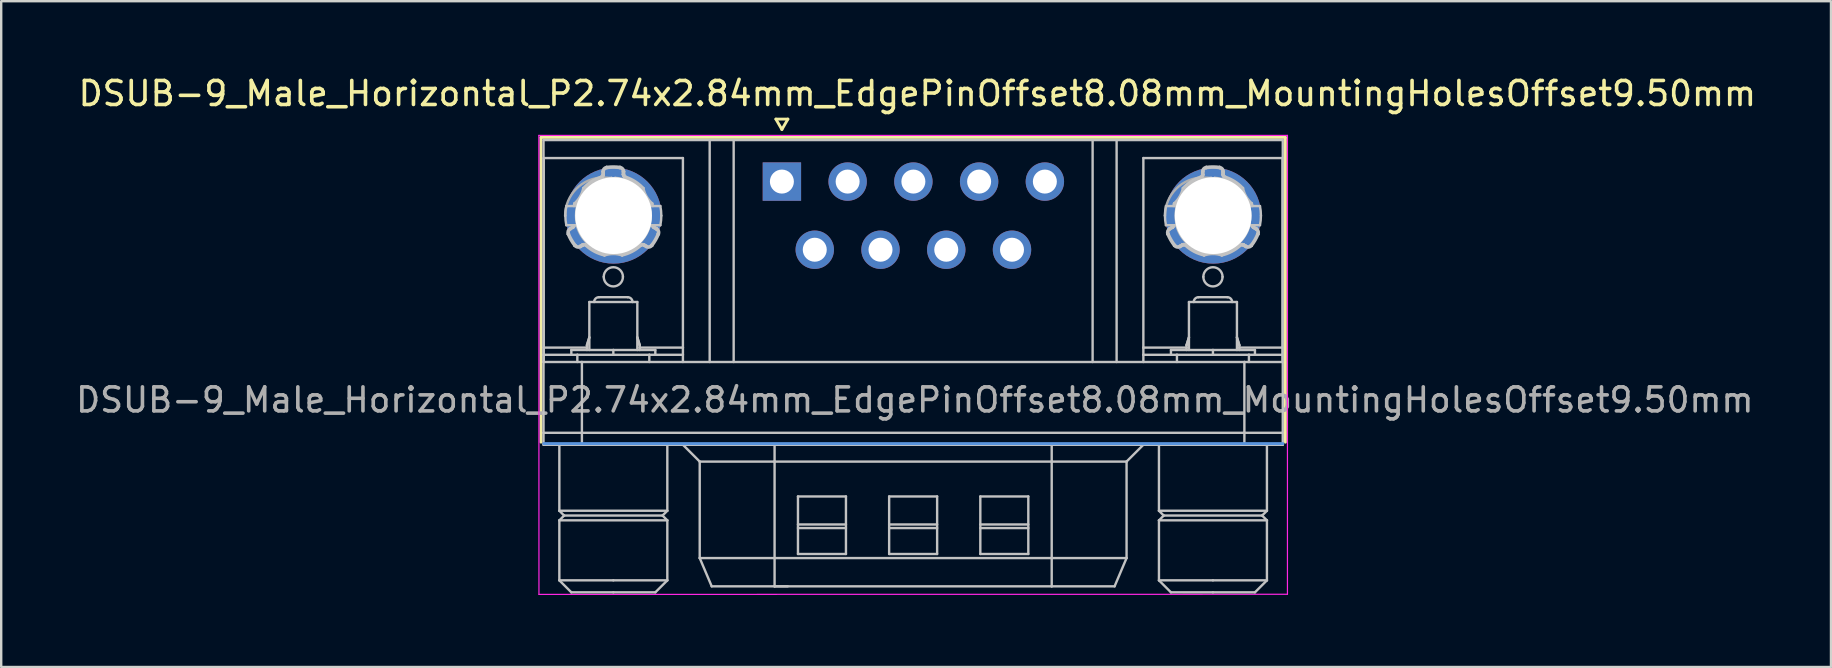
<source format=kicad_pcb>
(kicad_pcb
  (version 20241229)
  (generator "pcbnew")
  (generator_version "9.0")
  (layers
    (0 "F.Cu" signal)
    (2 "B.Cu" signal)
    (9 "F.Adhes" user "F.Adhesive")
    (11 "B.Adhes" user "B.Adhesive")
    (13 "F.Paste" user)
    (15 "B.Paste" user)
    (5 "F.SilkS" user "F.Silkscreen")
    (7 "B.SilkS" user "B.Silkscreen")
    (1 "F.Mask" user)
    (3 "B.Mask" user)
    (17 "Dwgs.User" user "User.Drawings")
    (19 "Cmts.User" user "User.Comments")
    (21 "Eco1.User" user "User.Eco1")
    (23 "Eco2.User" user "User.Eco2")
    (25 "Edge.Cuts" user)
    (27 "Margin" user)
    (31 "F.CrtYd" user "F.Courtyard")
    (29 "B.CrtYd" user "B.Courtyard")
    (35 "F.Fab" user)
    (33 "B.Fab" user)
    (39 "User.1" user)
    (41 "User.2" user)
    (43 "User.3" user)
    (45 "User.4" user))
  (footprint "DSUB-9_Male_Horizontal_P2.74x2.84mm_EdgePinOffset8.08mm_MountingHolesOffset9.50mm"
    (layer "F.Cu")
    (at 29.537 4.518)
    (property "Reference" "DSUB-9_Male_Horizontal_P2.74x2.84mm_EdgePinOffset8.08mm_MountingHolesOffset9.50mm" (at 5.645 -3.67 0) (layer "F.SilkS") (effects (font (size 1 1) (thickness 0.15))))
    (attr through_hole)
    (fp_line (start -10.04 -1.84) (end 20.985 -1.84) (stroke (width 0.12) (type solid)) (layer "F.SilkS"))
    (fp_line (start -10.04 10.86) (end -10.045 -1.84) (stroke (width 0.12) (type solid)) (layer "F.SilkS"))
    (fp_line (start -0.25 -2.604) (end 0.25 -2.604) (stroke (width 0.12) (type solid)) (layer "F.SilkS"))
    (fp_line (start 0 -2.171) (end -0.25 -2.604) (stroke (width 0.12) (type solid)) (layer "F.SilkS"))
    (fp_line (start 0.25 -2.604) (end 0 -2.171) (stroke (width 0.12) (type solid)) (layer "F.SilkS"))
    (fp_line (start 20.985 -1.84) (end 20.985 10.86) (stroke (width 0.12) (type solid)) (layer "F.SilkS"))
    (fp_line (start -9.935 -1.731) (end -9.935 7.519) (stroke (width 0.1) (type solid)) (layer "Dwgs.User"))
    (fp_line (start -9.935 -1.731) (end -3.01 -1.731) (stroke (width 0.1) (type solid)) (layer "Dwgs.User"))
    (fp_line (start -9.935 7.519) (end -9.935 10.469) (stroke (width 0.1) (type solid)) (layer "Dwgs.User"))
    (fp_line (start -9.935 7.519) (end -8.335 7.519) (stroke (width 0.1) (type solid)) (layer "Dwgs.User"))
    (fp_line (start -9.935 10.469) (end -9.935 10.969) (stroke (width 0.1) (type solid)) (layer "Dwgs.User"))
    (fp_line (start -9.925 -0.981) (end -4.125 -0.981) (stroke (width 0.1) (type solid)) (layer "Dwgs.User"))
    (fp_line (start -9.925 6.919) (end -9.925 -0.981) (stroke (width 0.1) (type solid)) (layer "Dwgs.User"))
    (fp_line (start -9.925 7.219) (end -9.925 6.919) (stroke (width 0.1) (type solid)) (layer "Dwgs.User"))
    (fp_line (start -9.925 7.219) (end -9.925 7.519) (stroke (width 0.1) (type solid)) (layer "Dwgs.User"))
    (fp_line (start -9.925 7.219) (end -8.525 7.219) (stroke (width 0.1) (type solid)) (layer "Dwgs.User"))
    (fp_line (start -9.275 10.969) (end -9.275 13.719) (stroke (width 0.1) (type solid)) (layer "Dwgs.User"))
    (fp_line (start -9.275 14.119) (end -9.275 16.619) (stroke (width 0.1) (type solid)) (layer "Dwgs.User"))
    (fp_line (start -9.275 14.119) (end -9.075 13.919) (stroke (width 0.1) (type solid)) (layer "Dwgs.User"))
    (fp_line (start -9.275 14.119) (end -4.775 14.119) (stroke (width 0.1) (type solid)) (layer "Dwgs.User"))
    (fp_line (start -9.075 13.919) (end -9.275 13.719) (stroke (width 0.1) (type solid)) (layer "Dwgs.User"))
    (fp_line (start -9.075 13.919) (end -4.975 13.919) (stroke (width 0.1) (type solid)) (layer "Dwgs.User"))
    (fp_line (start -8.985 1.819) (end -8.528 1.819) (stroke (width 0.1) (type solid)) (layer "Dwgs.User"))
    (fp_line (start -8.876 2.176) (end -8.923 2.195) (stroke (width 0.1) (type solid)) (layer "Dwgs.User"))
    (fp_line (start -8.837 1.946) (end -8.734 1.886) (stroke (width 0.1) (type solid)) (layer "Dwgs.User"))
    (fp_line (start -8.812 1.989) (end -8.837 1.946) (stroke (width 0.1) (type solid)) (layer "Dwgs.User"))
    (fp_line (start -8.812 1.989) (end -8.709 1.929) (stroke (width 0.1) (type solid)) (layer "Dwgs.User"))
    (fp_line (start -8.775 7.019) (end -7.025 7.019) (stroke (width 0.1) (type solid)) (layer "Dwgs.User"))
    (fp_line (start -8.775 7.219) (end -8.775 7.019) (stroke (width 0.1) (type solid)) (layer "Dwgs.User"))
    (fp_line (start -8.775 17.119) (end -9.275 16.619) (stroke (width 0.1) (type solid)) (layer "Dwgs.User"))
    (fp_line (start -8.734 1.886) (end -8.709 1.929) (stroke (width 0.1) (type solid)) (layer "Dwgs.User"))
    (fp_line (start -8.663 1.887) (end -8.709 1.929) (stroke (width 0.1) (type solid)) (layer "Dwgs.User"))
    (fp_line (start -8.647 0.908) (end -8.603 0.936) (stroke (width 0.1) (type solid)) (layer "Dwgs.User"))
    (fp_line (start -8.635 1.819) (end -8.637 1.83) (stroke (width 0.1) (type solid)) (layer "Dwgs.User"))
    (fp_line (start -8.606 2.644) (end -8.646 2.674) (stroke (width 0.1) (type solid)) (layer "Dwgs.User"))
    (fp_line (start -8.528 1.019) (end -8.985 1.019) (stroke (width 0.1) (type solid)) (layer "Dwgs.User"))
    (fp_line (start -8.528 1.019) (end -8.288 1.019) (stroke (width 0.1) (type solid)) (layer "Dwgs.User"))
    (fp_line (start -8.525 7.219) (end -8.525 7.519) (stroke (width 0.1) (type solid)) (layer "Dwgs.User"))
    (fp_line (start -8.525 7.219) (end -5.525 7.219) (stroke (width 0.1) (type solid)) (layer "Dwgs.User"))
    (fp_line (start -8.412 2.682) (end -8.309 2.622) (stroke (width 0.1) (type solid)) (layer "Dwgs.User"))
    (fp_line (start -8.409 0.668) (end -8.472 0.797) (stroke (width 0.1) (type solid)) (layer "Dwgs.User"))
    (fp_line (start -8.398 0.648) (end -8.4 0.65) (stroke (width 0.1) (type solid)) (layer "Dwgs.User"))
    (fp_line (start -8.387 2.725) (end -8.412 2.682) (stroke (width 0.1) (type solid)) (layer "Dwgs.User"))
    (fp_line (start -8.35 1.443) (end -8.349 1.463) (stroke (width 0.1) (type solid)) (layer "Dwgs.User"))
    (fp_line (start -8.349 1.468) (end -8.348 1.492) (stroke (width 0.1) (type solid)) (layer "Dwgs.User"))
    (fp_line (start -8.347 1.336) (end -8.347 1.336) (stroke (width 0.1) (type solid)) (layer "Dwgs.User"))
    (fp_line (start -8.335 7.519) (end 19.275 7.519) (stroke (width 0.1) (type solid)) (layer "Dwgs.User"))
    (fp_line (start -8.335 10.469) (end -9.935 10.469) (stroke (width 0.1) (type solid)) (layer "Dwgs.User"))
    (fp_line (start -8.335 10.469) (end -8.335 7.519) (stroke (width 0.1) (type solid)) (layer "Dwgs.User"))
    (fp_line (start -8.335 10.469) (end 19.275 10.469) (stroke (width 0.1) (type solid)) (layer "Dwgs.User"))
    (fp_line (start -8.335 10.969) (end -9.935 10.969) (stroke (width 0.1) (type solid)) (layer "Dwgs.User"))
    (fp_line (start -8.335 10.969) (end -8.335 10.469) (stroke (width 0.1) (type solid)) (layer "Dwgs.User"))
    (fp_line (start -8.323 1.152) (end -8.323 1.152) (stroke (width 0.1) (type solid)) (layer "Dwgs.User"))
    (fp_line (start -8.323 1.152) (end -8.323 1.152) (stroke (width 0.1) (type solid)) (layer "Dwgs.User"))
    (fp_line (start -8.313 1.512) (end -8.348 1.492) (stroke (width 0.1) (type solid)) (layer "Dwgs.User"))
    (fp_line (start -8.313 1.512) (end -8.222 1.477) (stroke (width 0.1) (type solid)) (layer "Dwgs.User"))
    (fp_line (start -8.313 1.512) (end -7.589 0.257) (stroke (width 0.1) (type solid)) (layer "Dwgs.User"))
    (fp_line (start -8.309 2.622) (end -8.412 2.682) (stroke (width 0.1) (type solid)) (layer "Dwgs.User"))
    (fp_line (start -8.309 2.622) (end -8.284 2.666) (stroke (width 0.1) (type solid)) (layer "Dwgs.User"))
    (fp_line (start -8.309 2.622) (end -8.25 2.603) (stroke (width 0.1) (type solid)) (layer "Dwgs.User"))
    (fp_line (start -8.303 1.07) (end -8.348 1.339) (stroke (width 0.1) (type solid)) (layer "Dwgs.User"))
    (fp_line (start -8.288 1.019) (end -8.528 1.019) (stroke (width 0.1) (type solid)) (layer "Dwgs.User"))
    (fp_line (start -8.288 1.819) (end -8.528 1.819) (stroke (width 0.1) (type solid)) (layer "Dwgs.User"))
    (fp_line (start -8.288 1.819) (end -8.528 1.819) (stroke (width 0.1) (type solid)) (layer "Dwgs.User"))
    (fp_line (start -8.287 0.477) (end -8.387 0.628) (stroke (width 0.1) (type solid)) (layer "Dwgs.User"))
    (fp_line (start -8.285 1.008) (end -8.284 1.007) (stroke (width 0.1) (type solid)) (layer "Dwgs.User"))
    (fp_line (start -8.284 2.666) (end -8.387 2.725) (stroke (width 0.1) (type solid)) (layer "Dwgs.User"))
    (fp_line (start -8.284 1.005) (end -8.285 1.008) (stroke (width 0.1) (type solid)) (layer "Dwgs.User"))
    (fp_line (start -8.283 1.003) (end -8.285 1.008) (stroke (width 0.1) (type solid)) (layer "Dwgs.User"))
    (fp_line (start -8.278 0.989) (end -8.281 0.998) (stroke (width 0.1) (type solid)) (layer "Dwgs.User"))
    (fp_line (start -8.278 0.27) (end -8.232 0.294) (stroke (width 0.1) (type solid)) (layer "Dwgs.User"))
    (fp_line (start -8.277 0.987) (end -8.278 0.987) (stroke (width 0.1) (type solid)) (layer "Dwgs.User"))
    (fp_line (start -8.27 0.964) (end -8.271 0.969) (stroke (width 0.1) (type solid)) (layer "Dwgs.User"))
    (fp_line (start -8.255 0.927) (end -8.257 0.931) (stroke (width 0.1) (type solid)) (layer "Dwgs.User"))
    (fp_line (start -8.245 0.903) (end -8.256 0.928) (stroke (width 0.1) (type solid)) (layer "Dwgs.User"))
    (fp_line (start -8.233 0.874) (end -8.245 0.902) (stroke (width 0.1) (type solid)) (layer "Dwgs.User"))
    (fp_line (start -8.228 0.863) (end -8.236 0.881) (stroke (width 0.1) (type solid)) (layer "Dwgs.User"))
    (fp_line (start -8.221 1.476) (end -8.222 1.477) (stroke (width 0.1) (type solid)) (layer "Dwgs.User"))
    (fp_line (start -8.221 1.476) (end -8.221 1.476) (stroke (width 0.1) (type solid)) (layer "Dwgs.User"))
    (fp_line (start -8.219 0.844) (end -8.232 0.873) (stroke (width 0.1) (type solid)) (layer "Dwgs.User"))
    (fp_line (start -8.204 0.815) (end -8.217 0.841) (stroke (width 0.1) (type solid)) (layer "Dwgs.User"))
    (fp_line (start -8.189 0.786) (end -8.191 0.79) (stroke (width 0.1) (type solid)) (layer "Dwgs.User"))
    (fp_line (start -8.188 2.61) (end -8.14 2.636) (stroke (width 0.1) (type solid)) (layer "Dwgs.User"))
    (fp_line (start -8.161 0.737) (end -8.173 0.758) (stroke (width 0.1) (type solid)) (layer "Dwgs.User"))
    (fp_line (start -8.157 0.731) (end -8.214 0.834) (stroke (width 0.1) (type solid)) (layer "Dwgs.User"))
    (fp_line (start -8.15 1.353) (end -7.999 1.366) (stroke (width 0.1) (type solid)) (layer "Dwgs.User"))
    (fp_line (start -8.134 2.641) (end -8.167 2.678) (stroke (width 0.1) (type solid)) (layer "Dwgs.User"))
    (fp_line (start -8.125 6.819) (end -8.125 6.919) (stroke (width 0.1) (type solid)) (layer "Dwgs.User"))
    (fp_line (start -8.125 6.819) (end -8.025 6.492) (stroke (width 0.1) (type solid)) (layer "Dwgs.User"))
    (fp_line (start -8.125 6.919) (end -9.925 6.919) (stroke (width 0.1) (type solid)) (layer "Dwgs.User"))
    (fp_line (start -8.125 6.919) (end -8.125 7.019) (stroke (width 0.1) (type solid)) (layer "Dwgs.User"))
    (fp_line (start -8.124 0.679) (end -8.153 0.724) (stroke (width 0.1) (type solid)) (layer "Dwgs.User"))
    (fp_line (start -8.104 0.649) (end -8.122 0.675) (stroke (width 0.1) (type solid)) (layer "Dwgs.User"))
    (fp_line (start -8.093 0.635) (end -8.103 0.649) (stroke (width 0.1) (type solid)) (layer "Dwgs.User"))
    (fp_line (start -8.084 0.623) (end -8.103 0.648) (stroke (width 0.1) (type solid)) (layer "Dwgs.User"))
    (fp_line (start -8.071 0.605) (end -8.224 0.854) (stroke (width 0.1) (type solid)) (layer "Dwgs.User"))
    (fp_line (start -8.036 0.563) (end -8.04 0.567) (stroke (width 0.1) (type solid)) (layer "Dwgs.User"))
    (fp_line (start -8.025 0.55) (end -8.082 0.62) (stroke (width 0.1) (type solid)) (layer "Dwgs.User"))
    (fp_line (start -8.025 5.019) (end -8.025 7.019) (stroke (width 0.1) (type solid)) (layer "Dwgs.User"))
    (fp_line (start -8.025 5.019) (end -6.025 5.019) (stroke (width 0.1) (type solid)) (layer "Dwgs.User"))
    (fp_line (start -8.025 6.493) (end -8.125 6.819) (stroke (width 0.1) (type solid)) (layer "Dwgs.User"))
    (fp_line (start -8.017 0.541) (end -8.024 0.548) (stroke (width 0.1) (type solid)) (layer "Dwgs.User"))
    (fp_line (start -8.011 0.534) (end -8.011 0.534) (stroke (width 0.1) (type solid)) (layer "Dwgs.User"))
    (fp_line (start -8.011 0.534) (end -8.013 0.536) (stroke (width 0.1) (type solid)) (layer "Dwgs.User"))
    (fp_line (start -8.011 0.534) (end -8.014 0.537) (stroke (width 0.1) (type solid)) (layer "Dwgs.User"))
    (fp_line (start -7.985 1.366) (end -7.999 1.366) (stroke (width 0.1) (type solid)) (layer "Dwgs.User"))
    (fp_line (start -7.931 0.452) (end -7.931 0.452) (stroke (width 0.1) (type solid)) (layer "Dwgs.User"))
    (fp_line (start -7.905 0.428) (end -7.905 0.428) (stroke (width 0.1) (type solid)) (layer "Dwgs.User"))
    (fp_line (start -7.905 0.428) (end -7.905 0.428) (stroke (width 0.1) (type solid)) (layer "Dwgs.User"))
    (fp_line (start -7.867 0.396) (end -8.058 0.589) (stroke (width 0.1) (type solid)) (layer "Dwgs.User"))
    (fp_line (start -7.758 0.315) (end -7.758 0.315) (stroke (width 0.1) (type solid)) (layer "Dwgs.User"))
    (fp_line (start -7.75 2.528) (end -7.75 2.488) (stroke (width 0.1) (type solid)) (layer "Dwgs.User"))
    (fp_line (start -7.75 2.528) (end -7.499 2.656) (stroke (width 0.1) (type solid)) (layer "Dwgs.User"))
    (fp_line (start -7.673 2.426) (end -7.75 2.488) (stroke (width 0.1) (type solid)) (layer "Dwgs.User"))
    (fp_line (start -7.673 2.426) (end -6.377 2.426) (stroke (width 0.1) (type solid)) (layer "Dwgs.User"))
    (fp_line (start -7.673 2.426) (end -6.377 2.426) (stroke (width 0.1) (type solid)) (layer "Dwgs.User"))
    (fp_line (start -7.673 2.426) (end -7.673 2.426) (stroke (width 0.1) (type solid)) (layer "Dwgs.User"))
    (fp_line (start -7.673 2.426) (end -7.673 2.426) (stroke (width 0.1) (type solid)) (layer "Dwgs.User"))
    (fp_line (start -7.625 4.819) (end -6.425 4.819) (stroke (width 0.1) (type solid)) (layer "Dwgs.User"))
    (fp_line (start -7.623 0.237) (end -7.851 0.383) (stroke (width 0.1) (type solid)) (layer "Dwgs.User"))
    (fp_line (start -7.623 0.237) (end -7.589 0.257) (stroke (width 0.1) (type solid)) (layer "Dwgs.User"))
    (fp_line (start -7.614 2.606) (end -7.614 2.606) (stroke (width 0.1) (type solid)) (layer "Dwgs.User"))
    (fp_line (start -7.574 0.354) (end -7.573 0.354) (stroke (width 0.1) (type solid)) (layer "Dwgs.User"))
    (fp_line (start -7.573 0.354) (end -7.573 0.354) (stroke (width 0.1) (type solid)) (layer "Dwgs.User"))
    (fp_line (start -7.573 0.354) (end -8.221 1.476) (stroke (width 0.1) (type solid)) (layer "Dwgs.User"))
    (fp_line (start -7.573 0.354) (end -8.222 1.477) (stroke (width 0.1) (type solid)) (layer "Dwgs.User"))
    (fp_line (start -7.573 0.354) (end -7.589 0.257) (stroke (width 0.1) (type solid)) (layer "Dwgs.User"))
    (fp_line (start -7.558 0.602) (end -7.645 0.478) (stroke (width 0.1) (type solid)) (layer "Dwgs.User"))
    (fp_line (start -7.558 0.602) (end -7.551 0.614) (stroke (width 0.1) (type solid)) (layer "Dwgs.User"))
    (fp_line (start -7.551 0.614) (end -7.985 1.366) (stroke (width 0.1) (type solid)) (layer "Dwgs.User"))
    (fp_line (start -7.529 -0.152) (end -7.544 -0.2) (stroke (width 0.1) (type solid)) (layer "Dwgs.User"))
    (fp_line (start -7.477 2.665) (end -7.171 2.736) (stroke (width 0.1) (type solid)) (layer "Dwgs.User"))
    (fp_line (start -7.475 -0.414) (end -7.475 -0.295) (stroke (width 0.1) (type solid)) (layer "Dwgs.User"))
    (fp_line (start -7.475 -0.414) (end -7.425 -0.414) (stroke (width 0.1) (type solid)) (layer "Dwgs.User"))
    (fp_line (start -7.475 -0.183) (end -7.521 -0.155) (stroke (width 0.1) (type solid)) (layer "Dwgs.User"))
    (fp_line (start -7.466 2.289) (end -7.53 2.426) (stroke (width 0.1) (type solid)) (layer "Dwgs.User"))
    (fp_line (start -7.466 2.289) (end -7.459 2.277) (stroke (width 0.1) (type solid)) (layer "Dwgs.User"))
    (fp_line (start -7.459 2.277) (end -6.591 2.277) (stroke (width 0.1) (type solid)) (layer "Dwgs.User"))
    (fp_line (start -7.443 2.676) (end -7.443 2.676) (stroke (width 0.1) (type solid)) (layer "Dwgs.User"))
    (fp_line (start -7.443 2.676) (end -7.443 2.676) (stroke (width 0.1) (type solid)) (layer "Dwgs.User"))
    (fp_line (start -7.425 -0.414) (end -7.425 -0.295) (stroke (width 0.1) (type solid)) (layer "Dwgs.User"))
    (fp_line (start -7.425 -0.295) (end -7.475 -0.295) (stroke (width 0.1) (type solid)) (layer "Dwgs.User"))
    (fp_line (start -7.425 -0.295) (end -7.438 -0.234) (stroke (width 0.1) (type solid)) (layer "Dwgs.User"))
    (fp_line (start -7.425 -0.295) (end -7.425 -0.414) (stroke (width 0.1) (type solid)) (layer "Dwgs.User"))
    (fp_line (start -7.41 2.687) (end -7.41 2.687) (stroke (width 0.1) (type solid)) (layer "Dwgs.User"))
    (fp_line (start -7.394 3.078) (end -7.396 3.027) (stroke (width 0.1) (type solid)) (layer "Dwgs.User"))
    (fp_line (start -7.299 2.715) (end -7.295 2.716) (stroke (width 0.1) (type solid)) (layer "Dwgs.User"))
    (fp_line (start -7.299 2.715) (end -7.296 2.716) (stroke (width 0.1) (type solid)) (layer "Dwgs.User"))
    (fp_line (start -7.298 2.715) (end -7.299 2.715) (stroke (width 0.1) (type solid)) (layer "Dwgs.User"))
    (fp_line (start -7.295 -0.563) (end -7.302 -0.612) (stroke (width 0.1) (type solid)) (layer "Dwgs.User"))
    (fp_line (start -7.292 2.717) (end -7.281 2.719) (stroke (width 0.1) (type solid)) (layer "Dwgs.User"))
    (fp_line (start -7.277 2.72) (end -7.188 2.734) (stroke (width 0.1) (type solid)) (layer "Dwgs.User"))
    (fp_line (start -7.262 2.723) (end -7.256 2.724) (stroke (width 0.1) (type solid)) (layer "Dwgs.User"))
    (fp_line (start -7.221 2.729) (end -7.22 2.73) (stroke (width 0.1) (type solid)) (layer "Dwgs.User"))
    (fp_line (start -7.185 2.734) (end -7.153 2.738) (stroke (width 0.1) (type solid)) (layer "Dwgs.User"))
    (fp_line (start -7.171 2.736) (end -7.155 2.738) (stroke (width 0.1) (type solid)) (layer "Dwgs.User"))
    (fp_line (start -7.157 2.737) (end -6.899 2.738) (stroke (width 0.1) (type solid)) (layer "Dwgs.User"))
    (fp_line (start -7.152 2.738) (end -7.121 2.74) (stroke (width 0.1) (type solid)) (layer "Dwgs.User"))
    (fp_line (start -7.116 2.741) (end -7.061 2.743) (stroke (width 0.1) (type solid)) (layer "Dwgs.User"))
    (fp_line (start -7.088 0.095) (end -7.1 -0.154) (stroke (width 0.1) (type solid)) (layer "Dwgs.User"))
    (fp_line (start -7.071 2.993) (end -7.029 2.994) (stroke (width 0.1) (type solid)) (layer "Dwgs.User"))
    (fp_line (start -7.057 2.744) (end -6.94 2.741) (stroke (width 0.1) (type solid)) (layer "Dwgs.User"))
    (fp_line (start -7.056 2.744) (end -7.023 2.744) (stroke (width 0.1) (type solid)) (layer "Dwgs.User"))
    (fp_line (start -7.025 7.019) (end -7.025 7.219) (stroke (width 0.1) (type solid)) (layer "Dwgs.User"))
    (fp_line (start -7.025 7.019) (end -5.275 7.019) (stroke (width 0.1) (type solid)) (layer "Dwgs.User"))
    (fp_line (start -7.025 16.619) (end -9.275 16.619) (stroke (width 0.1) (type solid)) (layer "Dwgs.User"))
    (fp_line (start -7.025 17.119) (end -8.775 17.119) (stroke (width 0.1) (type solid)) (layer "Dwgs.User"))
    (fp_line (start -7.006 2.994) (end -7.004 2.994) (stroke (width 0.1) (type solid)) (layer "Dwgs.User"))
    (fp_line (start -6.991 2.743) (end -6.986 2.743) (stroke (width 0.1) (type solid)) (layer "Dwgs.User"))
    (fp_line (start -6.983 2.993) (end -6.84 2.983) (stroke (width 0.1) (type solid)) (layer "Dwgs.User"))
    (fp_line (start -6.959 2.742) (end -6.93 2.741) (stroke (width 0.1) (type solid)) (layer "Dwgs.User"))
    (fp_line (start -6.95 -0.154) (end -6.962 0.095) (stroke (width 0.1) (type solid)) (layer "Dwgs.User"))
    (fp_line (start -6.926 2.74) (end -6.894 2.737) (stroke (width 0.1) (type solid)) (layer "Dwgs.User"))
    (fp_line (start -6.904 2.738) (end -6.884 2.736) (stroke (width 0.1) (type solid)) (layer "Dwgs.User"))
    (fp_line (start -6.893 2.737) (end -6.863 2.734) (stroke (width 0.1) (type solid)) (layer "Dwgs.User"))
    (fp_line (start -6.867 2.735) (end -6.573 2.665) (stroke (width 0.1) (type solid)) (layer "Dwgs.User"))
    (fp_line (start -6.862 2.734) (end -6.835 2.73) (stroke (width 0.1) (type solid)) (layer "Dwgs.User"))
    (fp_line (start -6.796 2.724) (end -6.791 2.723) (stroke (width 0.1) (type solid)) (layer "Dwgs.User"))
    (fp_line (start -6.773 2.72) (end -6.772 2.72) (stroke (width 0.1) (type solid)) (layer "Dwgs.User"))
    (fp_line (start -6.771 2.719) (end -6.761 2.717) (stroke (width 0.1) (type solid)) (layer "Dwgs.User"))
    (fp_line (start -6.756 2.716) (end -6.751 2.715) (stroke (width 0.1) (type solid)) (layer "Dwgs.User"))
    (fp_line (start -6.755 -0.563) (end -6.748 -0.612) (stroke (width 0.1) (type solid)) (layer "Dwgs.User"))
    (fp_line (start -6.754 2.716) (end -6.751 2.715) (stroke (width 0.1) (type solid)) (layer "Dwgs.User"))
    (fp_line (start -6.751 2.715) (end -6.752 2.715) (stroke (width 0.1) (type solid)) (layer "Dwgs.User"))
    (fp_line (start -6.656 3.078) (end -6.654 3.027) (stroke (width 0.1) (type solid)) (layer "Dwgs.User"))
    (fp_line (start -6.64 2.687) (end -6.64 2.687) (stroke (width 0.1) (type solid)) (layer "Dwgs.User"))
    (fp_line (start -6.625 -0.414) (end -6.625 -0.295) (stroke (width 0.1) (type solid)) (layer "Dwgs.User"))
    (fp_line (start -6.625 -0.414) (end -6.575 -0.414) (stroke (width 0.1) (type solid)) (layer "Dwgs.User"))
    (fp_line (start -6.625 -0.295) (end -6.625 -0.414) (stroke (width 0.1) (type solid)) (layer "Dwgs.User"))
    (fp_line (start -6.612 -0.234) (end -6.625 -0.295) (stroke (width 0.1) (type solid)) (layer "Dwgs.User"))
    (fp_line (start -6.607 2.676) (end -6.607 2.676) (stroke (width 0.1) (type solid)) (layer "Dwgs.User"))
    (fp_line (start -6.607 2.676) (end -6.607 2.676) (stroke (width 0.1) (type solid)) (layer "Dwgs.User"))
    (fp_line (start -6.591 2.277) (end -6.584 2.289) (stroke (width 0.1) (type solid)) (layer "Dwgs.User"))
    (fp_line (start -6.575 -0.295) (end -6.625 -0.295) (stroke (width 0.1) (type solid)) (layer "Dwgs.User"))
    (fp_line (start -6.575 -0.295) (end -6.575 -0.414) (stroke (width 0.1) (type solid)) (layer "Dwgs.User"))
    (fp_line (start -6.551 2.656) (end -6.3 2.528) (stroke (width 0.1) (type solid)) (layer "Dwgs.User"))
    (fp_line (start -6.521 -0.152) (end -6.575 -0.183) (stroke (width 0.1) (type solid)) (layer "Dwgs.User"))
    (fp_line (start -6.521 -0.152) (end -6.506 -0.2) (stroke (width 0.1) (type solid)) (layer "Dwgs.User"))
    (fp_line (start -6.52 2.426) (end -6.584 2.289) (stroke (width 0.1) (type solid)) (layer "Dwgs.User"))
    (fp_line (start -6.499 0.614) (end -6.492 0.602) (stroke (width 0.1) (type solid)) (layer "Dwgs.User"))
    (fp_line (start -6.477 0.354) (end -6.477 0.354) (stroke (width 0.1) (type solid)) (layer "Dwgs.User"))
    (fp_line (start -6.476 0.354) (end -6.477 0.354) (stroke (width 0.1) (type solid)) (layer "Dwgs.User"))
    (fp_line (start -6.461 0.257) (end -6.477 0.354) (stroke (width 0.1) (type solid)) (layer "Dwgs.User"))
    (fp_line (start -6.461 0.257) (end -6.427 0.237) (stroke (width 0.1) (type solid)) (layer "Dwgs.User"))
    (fp_line (start -6.461 0.257) (end -5.737 1.512) (stroke (width 0.1) (type solid)) (layer "Dwgs.User"))
    (fp_line (start -6.436 2.606) (end -6.436 2.606) (stroke (width 0.1) (type solid)) (layer "Dwgs.User"))
    (fp_line (start -6.405 0.478) (end -6.492 0.602) (stroke (width 0.1) (type solid)) (layer "Dwgs.User"))
    (fp_line (start -6.377 2.426) (end -6.377 2.426) (stroke (width 0.1) (type solid)) (layer "Dwgs.User"))
    (fp_line (start -6.377 2.426) (end -6.377 2.426) (stroke (width 0.1) (type solid)) (layer "Dwgs.User"))
    (fp_line (start -6.3 2.488) (end -7.75 2.488) (stroke (width 0.1) (type solid)) (layer "Dwgs.User"))
    (fp_line (start -6.3 2.488) (end -6.377 2.426) (stroke (width 0.1) (type solid)) (layer "Dwgs.User"))
    (fp_line (start -6.3 2.488) (end -6.3 2.528) (stroke (width 0.1) (type solid)) (layer "Dwgs.User"))
    (fp_line (start -6.292 0.315) (end -6.292 0.315) (stroke (width 0.1) (type solid)) (layer "Dwgs.User"))
    (fp_line (start -6.205 0.379) (end -6.427 0.237) (stroke (width 0.1) (type solid)) (layer "Dwgs.User"))
    (fp_line (start -6.145 0.428) (end -6.145 0.428) (stroke (width 0.1) (type solid)) (layer "Dwgs.User"))
    (fp_line (start -6.145 0.428) (end -6.145 0.428) (stroke (width 0.1) (type solid)) (layer "Dwgs.User"))
    (fp_line (start -6.119 0.452) (end -6.119 0.452) (stroke (width 0.1) (type solid)) (layer "Dwgs.User"))
    (fp_line (start -6.065 1.366) (end -6.499 0.614) (stroke (width 0.1) (type solid)) (layer "Dwgs.User"))
    (fp_line (start -6.051 1.366) (end -6.065 1.366) (stroke (width 0.1) (type solid)) (layer "Dwgs.User"))
    (fp_line (start -6.039 0.534) (end -6.039 0.534) (stroke (width 0.1) (type solid)) (layer "Dwgs.User"))
    (fp_line (start -6.037 0.536) (end -6.039 0.534) (stroke (width 0.1) (type solid)) (layer "Dwgs.User"))
    (fp_line (start -6.036 0.537) (end -6.039 0.534) (stroke (width 0.1) (type solid)) (layer "Dwgs.User"))
    (fp_line (start -6.026 0.548) (end -6.033 0.541) (stroke (width 0.1) (type solid)) (layer "Dwgs.User"))
    (fp_line (start -6.025 5.019) (end -6.025 7.019) (stroke (width 0.1) (type solid)) (layer "Dwgs.User"))
    (fp_line (start -6.025 6.492) (end -5.925 6.819) (stroke (width 0.1) (type solid)) (layer "Dwgs.User"))
    (fp_line (start -6.024 0.55) (end -6.025 0.55) (stroke (width 0.1) (type solid)) (layer "Dwgs.User"))
    (fp_line (start -6.01 0.567) (end -6.013 0.563) (stroke (width 0.1) (type solid)) (layer "Dwgs.User"))
    (fp_line (start -5.992 0.589) (end -6.183 0.396) (stroke (width 0.1) (type solid)) (layer "Dwgs.User"))
    (fp_line (start -5.985 0.598) (end -5.988 0.594) (stroke (width 0.1) (type solid)) (layer "Dwgs.User"))
    (fp_line (start -5.968 0.619) (end -5.985 0.598) (stroke (width 0.1) (type solid)) (layer "Dwgs.User"))
    (fp_line (start -5.949 0.646) (end -5.967 0.621) (stroke (width 0.1) (type solid)) (layer "Dwgs.User"))
    (fp_line (start -5.946 0.65) (end -5.956 0.636) (stroke (width 0.1) (type solid)) (layer "Dwgs.User"))
    (fp_line (start -5.93 0.672) (end -5.949 0.646) (stroke (width 0.1) (type solid)) (layer "Dwgs.User"))
    (fp_line (start -5.925 6.819) (end -6.025 6.493) (stroke (width 0.1) (type solid)) (layer "Dwgs.User"))
    (fp_line (start -5.925 6.819) (end -5.925 6.919) (stroke (width 0.1) (type solid)) (layer "Dwgs.User"))
    (fp_line (start -5.925 7.019) (end -5.925 6.919) (stroke (width 0.1) (type solid)) (layer "Dwgs.User"))
    (fp_line (start -5.916 2.641) (end -5.883 2.678) (stroke (width 0.1) (type solid)) (layer "Dwgs.User"))
    (fp_line (start -5.916 2.641) (end -5.863 2.61) (stroke (width 0.1) (type solid)) (layer "Dwgs.User"))
    (fp_line (start -5.912 0.699) (end -5.93 0.673) (stroke (width 0.1) (type solid)) (layer "Dwgs.User"))
    (fp_line (start -5.9 1.353) (end -6.051 1.366) (stroke (width 0.1) (type solid)) (layer "Dwgs.User"))
    (fp_line (start -5.866 0.777) (end -5.926 0.679) (stroke (width 0.1) (type solid)) (layer "Dwgs.User"))
    (fp_line (start -5.836 0.834) (end -5.862 0.785) (stroke (width 0.1) (type solid)) (layer "Dwgs.User"))
    (fp_line (start -5.829 1.476) (end -5.829 1.476) (stroke (width 0.1) (type solid)) (layer "Dwgs.User"))
    (fp_line (start -5.829 1.476) (end -5.828 1.477) (stroke (width 0.1) (type solid)) (layer "Dwgs.User"))
    (fp_line (start -5.829 1.476) (end -6.477 0.354) (stroke (width 0.1) (type solid)) (layer "Dwgs.User"))
    (fp_line (start -5.828 1.477) (end -6.477 0.354) (stroke (width 0.1) (type solid)) (layer "Dwgs.User"))
    (fp_line (start -5.828 1.477) (end -5.737 1.512) (stroke (width 0.1) (type solid)) (layer "Dwgs.User"))
    (fp_line (start -5.826 0.854) (end -5.979 0.605) (stroke (width 0.1) (type solid)) (layer "Dwgs.User"))
    (fp_line (start -5.819 0.871) (end -5.833 0.841) (stroke (width 0.1) (type solid)) (layer "Dwgs.User"))
    (fp_line (start -5.813 0.883) (end -5.822 0.865) (stroke (width 0.1) (type solid)) (layer "Dwgs.User"))
    (fp_line (start -5.806 0.9) (end -5.819 0.871) (stroke (width 0.1) (type solid)) (layer "Dwgs.User"))
    (fp_line (start -5.8 2.603) (end -5.741 2.622) (stroke (width 0.1) (type solid)) (layer "Dwgs.User"))
    (fp_line (start -5.795 0.926) (end -5.805 0.901) (stroke (width 0.1) (type solid)) (layer "Dwgs.User"))
    (fp_line (start -5.778 0.97) (end -5.78 0.965) (stroke (width 0.1) (type solid)) (layer "Dwgs.User"))
    (fp_line (start -5.778 0.972) (end -5.785 0.952) (stroke (width 0.1) (type solid)) (layer "Dwgs.User"))
    (fp_line (start -5.772 0.27) (end -5.818 0.294) (stroke (width 0.1) (type solid)) (layer "Dwgs.User"))
    (fp_line (start -5.769 0.998) (end -5.772 0.989) (stroke (width 0.1) (type solid)) (layer "Dwgs.User"))
    (fp_line (start -5.766 2.666) (end -5.741 2.622) (stroke (width 0.1) (type solid)) (layer "Dwgs.User"))
    (fp_line (start -5.766 1.007) (end -5.765 1.008) (stroke (width 0.1) (type solid)) (layer "Dwgs.User"))
    (fp_line (start -5.765 1.008) (end -5.766 1.005) (stroke (width 0.1) (type solid)) (layer "Dwgs.User"))
    (fp_line (start -5.765 1.008) (end -5.767 1.003) (stroke (width 0.1) (type solid)) (layer "Dwgs.User"))
    (fp_line (start -5.762 1.019) (end -5.522 1.019) (stroke (width 0.1) (type solid)) (layer "Dwgs.User"))
    (fp_line (start -5.762 1.019) (end -5.522 1.019) (stroke (width 0.1) (type solid)) (layer "Dwgs.User"))
    (fp_line (start -5.762 1.819) (end -5.522 1.819) (stroke (width 0.1) (type solid)) (layer "Dwgs.User"))
    (fp_line (start -5.741 2.622) (end -5.638 2.682) (stroke (width 0.1) (type solid)) (layer "Dwgs.User"))
    (fp_line (start -5.727 1.152) (end -5.727 1.152) (stroke (width 0.1) (type solid)) (layer "Dwgs.User"))
    (fp_line (start -5.727 1.152) (end -5.727 1.152) (stroke (width 0.1) (type solid)) (layer "Dwgs.User"))
    (fp_line (start -5.704 1.322) (end -5.747 1.07) (stroke (width 0.1) (type solid)) (layer "Dwgs.User"))
    (fp_line (start -5.702 1.492) (end -5.737 1.512) (stroke (width 0.1) (type solid)) (layer "Dwgs.User"))
    (fp_line (start -5.702 1.492) (end -5.701 1.474) (stroke (width 0.1) (type solid)) (layer "Dwgs.User"))
    (fp_line (start -5.701 1.468) (end -5.7 1.443) (stroke (width 0.1) (type solid)) (layer "Dwgs.User"))
    (fp_line (start -5.682 0.595) (end -5.763 0.477) (stroke (width 0.1) (type solid)) (layer "Dwgs.User"))
    (fp_line (start -5.671 0.615) (end -5.672 0.613) (stroke (width 0.1) (type solid)) (layer "Dwgs.User"))
    (fp_line (start -5.663 2.725) (end -5.766 2.666) (stroke (width 0.1) (type solid)) (layer "Dwgs.User"))
    (fp_line (start -5.638 2.682) (end -5.741 2.622) (stroke (width 0.1) (type solid)) (layer "Dwgs.User"))
    (fp_line (start -5.638 2.682) (end -5.663 2.725) (stroke (width 0.1) (type solid)) (layer "Dwgs.User"))
    (fp_line (start -5.578 0.797) (end -5.659 0.635) (stroke (width 0.1) (type solid)) (layer "Dwgs.User"))
    (fp_line (start -5.525 7.219) (end -5.525 7.519) (stroke (width 0.1) (type solid)) (layer "Dwgs.User"))
    (fp_line (start -5.525 7.219) (end -4.125 7.219) (stroke (width 0.1) (type solid)) (layer "Dwgs.User"))
    (fp_line (start -5.522 1.819) (end -5.762 1.819) (stroke (width 0.1) (type solid)) (layer "Dwgs.User"))
    (fp_line (start -5.522 1.819) (end -5.065 1.819) (stroke (width 0.1) (type solid)) (layer "Dwgs.User"))
    (fp_line (start -5.444 2.644) (end -5.404 2.674) (stroke (width 0.1) (type solid)) (layer "Dwgs.User"))
    (fp_line (start -5.412 1.83) (end -5.415 1.819) (stroke (width 0.1) (type solid)) (layer "Dwgs.User"))
    (fp_line (start -5.403 0.908) (end -5.447 0.936) (stroke (width 0.1) (type solid)) (layer "Dwgs.User"))
    (fp_line (start -5.341 1.929) (end -5.387 1.888) (stroke (width 0.1) (type solid)) (layer "Dwgs.User"))
    (fp_line (start -5.341 1.929) (end -5.316 1.886) (stroke (width 0.1) (type solid)) (layer "Dwgs.User"))
    (fp_line (start -5.341 1.929) (end -5.238 1.989) (stroke (width 0.1) (type solid)) (layer "Dwgs.User"))
    (fp_line (start -5.316 1.886) (end -5.213 1.946) (stroke (width 0.1) (type solid)) (layer "Dwgs.User"))
    (fp_line (start -5.275 7.219) (end -5.275 7.019) (stroke (width 0.1) (type solid)) (layer "Dwgs.User"))
    (fp_line (start -5.275 17.119) (end -7.025 17.119) (stroke (width 0.1) (type solid)) (layer "Dwgs.User"))
    (fp_line (start -5.275 17.119) (end -4.775 16.619) (stroke (width 0.1) (type solid)) (layer "Dwgs.User"))
    (fp_line (start -5.238 1.989) (end -5.341 1.929) (stroke (width 0.1) (type solid)) (layer "Dwgs.User"))
    (fp_line (start -5.213 1.946) (end -5.238 1.989) (stroke (width 0.1) (type solid)) (layer "Dwgs.User"))
    (fp_line (start -5.174 2.176) (end -5.127 2.195) (stroke (width 0.1) (type solid)) (layer "Dwgs.User"))
    (fp_line (start -5.065 1.019) (end -5.522 1.019) (stroke (width 0.1) (type solid)) (layer "Dwgs.User"))
    (fp_line (start -4.975 13.919) (end -4.775 13.719) (stroke (width 0.1) (type solid)) (layer "Dwgs.User"))
    (fp_line (start -4.775 10.969) (end -4.775 13.719) (stroke (width 0.1) (type solid)) (layer "Dwgs.User"))
    (fp_line (start -4.775 13.719) (end -9.275 13.719) (stroke (width 0.1) (type solid)) (layer "Dwgs.User"))
    (fp_line (start -4.775 14.119) (end -4.975 13.919) (stroke (width 0.1) (type solid)) (layer "Dwgs.User"))
    (fp_line (start -4.775 14.119) (end -4.775 16.619) (stroke (width 0.1) (type solid)) (layer "Dwgs.User"))
    (fp_line (start -4.775 16.619) (end -7.025 16.619) (stroke (width 0.1) (type solid)) (layer "Dwgs.User"))
    (fp_line (start -4.125 6.919) (end -5.925 6.919) (stroke (width 0.1) (type solid)) (layer "Dwgs.User"))
    (fp_line (start -4.125 6.919) (end -4.125 -0.981) (stroke (width 0.1) (type solid)) (layer "Dwgs.User"))
    (fp_line (start -4.125 6.919) (end -4.125 7.219) (stroke (width 0.1) (type solid)) (layer "Dwgs.User"))
    (fp_line (start -4.125 7.219) (end -4.125 7.519) (stroke (width 0.1) (type solid)) (layer "Dwgs.User"))
    (fp_line (start -3.425 11.669) (end -4.125 10.969) (stroke (width 0.1) (type solid)) (layer "Dwgs.User"))
    (fp_line (start -3.425 11.669) (end -0.305 11.669) (stroke (width 0.1) (type solid)) (layer "Dwgs.User"))
    (fp_line (start -3.425 15.69) (end -3.425 11.669) (stroke (width 0.1) (type solid)) (layer "Dwgs.User"))
    (fp_line (start -3.425 15.69) (end -2.925 16.869) (stroke (width 0.1) (type solid)) (layer "Dwgs.User"))
    (fp_line (start -3.01 -1.731) (end -3.01 7.519) (stroke (width 0.1) (type solid)) (layer "Dwgs.User"))
    (fp_line (start -3.01 -1.731) (end -2.01 -1.731) (stroke (width 0.1) (type solid)) (layer "Dwgs.User"))
    (fp_line (start -2.925 16.869) (end -0.305 16.869) (stroke (width 0.1) (type solid)) (layer "Dwgs.User"))
    (fp_line (start -2.01 -1.731) (end 12.95 -1.731) (stroke (width 0.1) (type solid)) (layer "Dwgs.User"))
    (fp_line (start -2.01 7.519) (end -2.01 -1.731) (stroke (width 0.1) (type solid)) (layer "Dwgs.User"))
    (fp_line (start -0.305 11.669) (end -0.305 10.969) (stroke (width 0.1) (type solid)) (layer "Dwgs.User"))
    (fp_line (start -0.305 11.669) (end 11.245 11.669) (stroke (width 0.1) (type solid)) (layer "Dwgs.User"))
    (fp_line (start -0.305 16.869) (end -0.305 15.69) (stroke (width 0.1) (type solid)) (layer "Dwgs.User"))
    (fp_line (start -0.305 15.69) (end -3.425 15.69) (stroke (width 0.1) (type solid)) (layer "Dwgs.User"))
    (fp_line (start -0.305 15.69) (end -0.305 11.669) (stroke (width 0.1) (type solid)) (layer "Dwgs.User"))
    (fp_line (start -0.305 16.869) (end 11.245 16.869) (stroke (width 0.1) (type solid)) (layer "Dwgs.User"))
    (fp_line (start 0.243 16.869) (end -0.305 16.869) (stroke (width 0.1) (type solid)) (layer "Dwgs.User"))
    (fp_line (start 0.67 13.122) (end 0.67 15.521) (stroke (width 0.1) (type solid)) (layer "Dwgs.User"))
    (fp_line (start 0.67 14.439) (end 2.67 14.439) (stroke (width 0.1) (type solid)) (layer "Dwgs.User"))
    (fp_line (start 2.67 13.122) (end 0.67 13.122) (stroke (width 0.1) (type solid)) (layer "Dwgs.User"))
    (fp_line (start 2.67 13.122) (end 2.67 15.521) (stroke (width 0.1) (type solid)) (layer "Dwgs.User"))
    (fp_line (start 2.67 14.289) (end 0.67 14.289) (stroke (width 0.1) (type solid)) (layer "Dwgs.User"))
    (fp_line (start 2.67 15.521) (end 0.67 15.521) (stroke (width 0.1) (type solid)) (layer "Dwgs.User"))
    (fp_line (start 4.47 13.122) (end 4.47 15.521) (stroke (width 0.1) (type solid)) (layer "Dwgs.User"))
    (fp_line (start 4.47 14.439) (end 6.47 14.439) (stroke (width 0.1) (type solid)) (layer "Dwgs.User"))
    (fp_line (start 6.47 13.122) (end 4.47 13.122) (stroke (width 0.1) (type solid)) (layer "Dwgs.User"))
    (fp_line (start 6.47 13.122) (end 6.47 15.521) (stroke (width 0.1) (type solid)) (layer "Dwgs.User"))
    (fp_line (start 6.47 14.289) (end 4.47 14.289) (stroke (width 0.1) (type solid)) (layer "Dwgs.User"))
    (fp_line (start 6.47 15.521) (end 4.47 15.521) (stroke (width 0.1) (type solid)) (layer "Dwgs.User"))
    (fp_line (start 8.27 13.122) (end 8.27 15.521) (stroke (width 0.1) (type solid)) (layer "Dwgs.User"))
    (fp_line (start 8.27 14.439) (end 10.27 14.439) (stroke (width 0.1) (type solid)) (layer "Dwgs.User"))
    (fp_line (start 10.27 13.122) (end 8.27 13.122) (stroke (width 0.1) (type solid)) (layer "Dwgs.User"))
    (fp_line (start 10.27 13.122) (end 10.27 15.521) (stroke (width 0.1) (type solid)) (layer "Dwgs.User"))
    (fp_line (start 10.27 14.289) (end 8.27 14.289) (stroke (width 0.1) (type solid)) (layer "Dwgs.User"))
    (fp_line (start 10.27 15.521) (end 8.27 15.521) (stroke (width 0.1) (type solid)) (layer "Dwgs.User"))
    (fp_line (start 11.245 11.669) (end 11.245 15.69) (stroke (width 0.1) (type solid)) (layer "Dwgs.User"))
    (fp_line (start 11.245 11.669) (end 14.365 11.669) (stroke (width 0.1) (type solid)) (layer "Dwgs.User"))
    (fp_line (start 11.245 15.69) (end -0.305 15.69) (stroke (width 0.1) (type solid)) (layer "Dwgs.User"))
    (fp_line (start 11.245 16.869) (end 13.865 16.869) (stroke (width 0.1) (type solid)) (layer "Dwgs.User"))
    (fp_line (start 11.245 10.969) (end 11.245 11.669) (stroke (width 0.1) (type solid)) (layer "Dwgs.User"))
    (fp_line (start 11.245 15.69) (end 11.245 16.869) (stroke (width 0.1) (type solid)) (layer "Dwgs.User"))
    (fp_line (start 12.95 -1.731) (end 12.95 7.519) (stroke (width 0.1) (type solid)) (layer "Dwgs.User"))
    (fp_line (start 12.95 -1.731) (end 13.95 -1.731) (stroke (width 0.1) (type solid)) (layer "Dwgs.User"))
    (fp_line (start 13.95 -1.731) (end 20.875 -1.731) (stroke (width 0.1) (type solid)) (layer "Dwgs.User"))
    (fp_line (start 13.95 7.519) (end 13.95 -1.731) (stroke (width 0.1) (type solid)) (layer "Dwgs.User"))
    (fp_line (start 14.365 11.669) (end 15.065 10.969) (stroke (width 0.1) (type solid)) (layer "Dwgs.User"))
    (fp_line (start 14.365 15.69) (end 11.245 15.69) (stroke (width 0.1) (type solid)) (layer "Dwgs.User"))
    (fp_line (start 14.365 15.69) (end 13.865 16.869) (stroke (width 0.1) (type solid)) (layer "Dwgs.User"))
    (fp_line (start 14.365 15.69) (end 14.365 11.669) (stroke (width 0.1) (type solid)) (layer "Dwgs.User"))
    (fp_line (start 15.065 -0.981) (end 20.865 -0.981) (stroke (width 0.1) (type solid)) (layer "Dwgs.User"))
    (fp_line (start 15.065 6.919) (end 15.065 -0.981) (stroke (width 0.1) (type solid)) (layer "Dwgs.User"))
    (fp_line (start 15.065 7.219) (end 15.065 6.919) (stroke (width 0.1) (type solid)) (layer "Dwgs.User"))
    (fp_line (start 15.065 7.219) (end 15.065 7.519) (stroke (width 0.1) (type solid)) (layer "Dwgs.User"))
    (fp_line (start 15.065 7.219) (end 16.465 7.219) (stroke (width 0.1) (type solid)) (layer "Dwgs.User"))
    (fp_line (start 15.715 10.969) (end 15.715 13.719) (stroke (width 0.1) (type solid)) (layer "Dwgs.User"))
    (fp_line (start 15.715 14.119) (end 15.715 16.619) (stroke (width 0.1) (type solid)) (layer "Dwgs.User"))
    (fp_line (start 15.715 14.119) (end 15.915 13.919) (stroke (width 0.1) (type solid)) (layer "Dwgs.User"))
    (fp_line (start 15.715 14.119) (end 20.215 14.119) (stroke (width 0.1) (type solid)) (layer "Dwgs.User"))
    (fp_line (start 15.915 13.919) (end 15.715 13.719) (stroke (width 0.1) (type solid)) (layer "Dwgs.User"))
    (fp_line (start 15.915 13.919) (end 20.015 13.919) (stroke (width 0.1) (type solid)) (layer "Dwgs.User"))
    (fp_line (start 16.005 1.819) (end 16.462 1.819) (stroke (width 0.1) (type solid)) (layer "Dwgs.User"))
    (fp_line (start 16.114 2.176) (end 16.067 2.195) (stroke (width 0.1) (type solid)) (layer "Dwgs.User"))
    (fp_line (start 16.153 1.946) (end 16.256 1.886) (stroke (width 0.1) (type solid)) (layer "Dwgs.User"))
    (fp_line (start 16.178 1.989) (end 16.153 1.946) (stroke (width 0.1) (type solid)) (layer "Dwgs.User"))
    (fp_line (start 16.178 1.989) (end 16.281 1.929) (stroke (width 0.1) (type solid)) (layer "Dwgs.User"))
    (fp_line (start 16.215 17.119) (end 15.715 16.619) (stroke (width 0.1) (type solid)) (layer "Dwgs.User"))
    (fp_line (start 16.215 7.019) (end 17.965 7.019) (stroke (width 0.1) (type solid)) (layer "Dwgs.User"))
    (fp_line (start 16.215 7.219) (end 16.215 7.019) (stroke (width 0.1) (type solid)) (layer "Dwgs.User"))
    (fp_line (start 16.256 1.886) (end 16.281 1.929) (stroke (width 0.1) (type solid)) (layer "Dwgs.User"))
    (fp_line (start 16.327 1.887) (end 16.281 1.929) (stroke (width 0.1) (type solid)) (layer "Dwgs.User"))
    (fp_line (start 16.343 0.908) (end 16.387 0.936) (stroke (width 0.1) (type solid)) (layer "Dwgs.User"))
    (fp_line (start 16.355 1.819) (end 16.353 1.83) (stroke (width 0.1) (type solid)) (layer "Dwgs.User"))
    (fp_line (start 16.384 2.644) (end 16.344 2.674) (stroke (width 0.1) (type solid)) (layer "Dwgs.User"))
    (fp_line (start 16.462 1.019) (end 16.005 1.019) (stroke (width 0.1) (type solid)) (layer "Dwgs.User"))
    (fp_line (start 16.462 1.019) (end 16.702 1.019) (stroke (width 0.1) (type solid)) (layer "Dwgs.User"))
    (fp_line (start 16.465 7.219) (end 16.465 7.519) (stroke (width 0.1) (type solid)) (layer "Dwgs.User"))
    (fp_line (start 16.465 7.219) (end 19.465 7.219) (stroke (width 0.1) (type solid)) (layer "Dwgs.User"))
    (fp_line (start 16.578 2.682) (end 16.681 2.622) (stroke (width 0.1) (type solid)) (layer "Dwgs.User"))
    (fp_line (start 16.581 0.668) (end 16.518 0.797) (stroke (width 0.1) (type solid)) (layer "Dwgs.User"))
    (fp_line (start 16.592 0.648) (end 16.59 0.65) (stroke (width 0.1) (type solid)) (layer "Dwgs.User"))
    (fp_line (start 16.603 2.725) (end 16.578 2.682) (stroke (width 0.1) (type solid)) (layer "Dwgs.User"))
    (fp_line (start 16.64 1.443) (end 16.641 1.463) (stroke (width 0.1) (type solid)) (layer "Dwgs.User"))
    (fp_line (start 16.641 1.468) (end 16.642 1.492) (stroke (width 0.1) (type solid)) (layer "Dwgs.User"))
    (fp_line (start 16.643 1.336) (end 16.643 1.336) (stroke (width 0.1) (type solid)) (layer "Dwgs.User"))
    (fp_line (start 16.667 1.152) (end 16.667 1.152) (stroke (width 0.1) (type solid)) (layer "Dwgs.User"))
    (fp_line (start 16.667 1.152) (end 16.667 1.152) (stroke (width 0.1) (type solid)) (layer "Dwgs.User"))
    (fp_line (start 16.677 1.512) (end 16.642 1.492) (stroke (width 0.1) (type solid)) (layer "Dwgs.User"))
    (fp_line (start 16.677 1.512) (end 16.768 1.477) (stroke (width 0.1) (type solid)) (layer "Dwgs.User"))
    (fp_line (start 16.677 1.512) (end 17.401 0.257) (stroke (width 0.1) (type solid)) (layer "Dwgs.User"))
    (fp_line (start 16.681 2.622) (end 16.578 2.682) (stroke (width 0.1) (type solid)) (layer "Dwgs.User"))
    (fp_line (start 16.681 2.622) (end 16.706 2.666) (stroke (width 0.1) (type solid)) (layer "Dwgs.User"))
    (fp_line (start 16.681 2.622) (end 16.74 2.603) (stroke (width 0.1) (type solid)) (layer "Dwgs.User"))
    (fp_line (start 16.687 1.07) (end 16.642 1.339) (stroke (width 0.1) (type solid)) (layer "Dwgs.User"))
    (fp_line (start 16.702 1.019) (end 16.462 1.019) (stroke (width 0.1) (type solid)) (layer "Dwgs.User"))
    (fp_line (start 16.702 1.819) (end 16.462 1.819) (stroke (width 0.1) (type solid)) (layer "Dwgs.User"))
    (fp_line (start 16.702 1.819) (end 16.462 1.819) (stroke (width 0.1) (type solid)) (layer "Dwgs.User"))
    (fp_line (start 16.703 0.477) (end 16.603 0.628) (stroke (width 0.1) (type solid)) (layer "Dwgs.User"))
    (fp_line (start 16.705 1.008) (end 16.706 1.007) (stroke (width 0.1) (type solid)) (layer "Dwgs.User"))
    (fp_line (start 16.706 2.666) (end 16.603 2.725) (stroke (width 0.1) (type solid)) (layer "Dwgs.User"))
    (fp_line (start 16.706 1.005) (end 16.705 1.008) (stroke (width 0.1) (type solid)) (layer "Dwgs.User"))
    (fp_line (start 16.707 1.003) (end 16.705 1.008) (stroke (width 0.1) (type solid)) (layer "Dwgs.User"))
    (fp_line (start 16.712 0.989) (end 16.709 0.998) (stroke (width 0.1) (type solid)) (layer "Dwgs.User"))
    (fp_line (start 16.712 0.27) (end 16.758 0.294) (stroke (width 0.1) (type solid)) (layer "Dwgs.User"))
    (fp_line (start 16.713 0.987) (end 16.712 0.987) (stroke (width 0.1) (type solid)) (layer "Dwgs.User"))
    (fp_line (start 16.72 0.964) (end 16.719 0.969) (stroke (width 0.1) (type solid)) (layer "Dwgs.User"))
    (fp_line (start 16.735 0.927) (end 16.733 0.931) (stroke (width 0.1) (type solid)) (layer "Dwgs.User"))
    (fp_line (start 16.745 0.903) (end 16.734 0.928) (stroke (width 0.1) (type solid)) (layer "Dwgs.User"))
    (fp_line (start 16.757 0.874) (end 16.745 0.902) (stroke (width 0.1) (type solid)) (layer "Dwgs.User"))
    (fp_line (start 16.762 0.863) (end 16.754 0.881) (stroke (width 0.1) (type solid)) (layer "Dwgs.User"))
    (fp_line (start 16.769 1.476) (end 16.768 1.477) (stroke (width 0.1) (type solid)) (layer "Dwgs.User"))
    (fp_line (start 16.769 1.476) (end 16.769 1.476) (stroke (width 0.1) (type solid)) (layer "Dwgs.User"))
    (fp_line (start 16.771 0.844) (end 16.758 0.873) (stroke (width 0.1) (type solid)) (layer "Dwgs.User"))
    (fp_line (start 16.786 0.815) (end 16.773 0.841) (stroke (width 0.1) (type solid)) (layer "Dwgs.User"))
    (fp_line (start 16.801 0.786) (end 16.799 0.79) (stroke (width 0.1) (type solid)) (layer "Dwgs.User"))
    (fp_line (start 16.802 2.61) (end 16.85 2.636) (stroke (width 0.1) (type solid)) (layer "Dwgs.User"))
    (fp_line (start 16.829 0.737) (end 16.817 0.758) (stroke (width 0.1) (type solid)) (layer "Dwgs.User"))
    (fp_line (start 16.833 0.731) (end 16.776 0.834) (stroke (width 0.1) (type solid)) (layer "Dwgs.User"))
    (fp_line (start 16.84 1.353) (end 16.991 1.366) (stroke (width 0.1) (type solid)) (layer "Dwgs.User"))
    (fp_line (start 16.856 2.641) (end 16.823 2.678) (stroke (width 0.1) (type solid)) (layer "Dwgs.User"))
    (fp_line (start 16.865 6.819) (end 16.865 6.919) (stroke (width 0.1) (type solid)) (layer "Dwgs.User"))
    (fp_line (start 16.865 6.819) (end 16.965 6.492) (stroke (width 0.1) (type solid)) (layer "Dwgs.User"))
    (fp_line (start 16.865 6.919) (end 15.065 6.919) (stroke (width 0.1) (type solid)) (layer "Dwgs.User"))
    (fp_line (start 16.865 6.919) (end 16.865 7.019) (stroke (width 0.1) (type solid)) (layer "Dwgs.User"))
    (fp_line (start 16.866 0.679) (end 16.837 0.724) (stroke (width 0.1) (type solid)) (layer "Dwgs.User"))
    (fp_line (start 16.886 0.649) (end 16.868 0.675) (stroke (width 0.1) (type solid)) (layer "Dwgs.User"))
    (fp_line (start 16.897 0.635) (end 16.887 0.649) (stroke (width 0.1) (type solid)) (layer "Dwgs.User"))
    (fp_line (start 16.906 0.623) (end 16.887 0.648) (stroke (width 0.1) (type solid)) (layer "Dwgs.User"))
    (fp_line (start 16.919 0.605) (end 16.766 0.854) (stroke (width 0.1) (type solid)) (layer "Dwgs.User"))
    (fp_line (start 16.954 0.563) (end 16.95 0.567) (stroke (width 0.1) (type solid)) (layer "Dwgs.User"))
    (fp_line (start 16.965 0.55) (end 16.908 0.62) (stroke (width 0.1) (type solid)) (layer "Dwgs.User"))
    (fp_line (start 16.965 5.019) (end 16.965 7.019) (stroke (width 0.1) (type solid)) (layer "Dwgs.User"))
    (fp_line (start 16.965 6.493) (end 16.865 6.819) (stroke (width 0.1) (type solid)) (layer "Dwgs.User"))
    (fp_line (start 16.973 0.541) (end 16.966 0.548) (stroke (width 0.1) (type solid)) (layer "Dwgs.User"))
    (fp_line (start 16.979 0.534) (end 16.979 0.534) (stroke (width 0.1) (type solid)) (layer "Dwgs.User"))
    (fp_line (start 16.979 0.534) (end 16.977 0.536) (stroke (width 0.1) (type solid)) (layer "Dwgs.User"))
    (fp_line (start 16.979 0.534) (end 16.976 0.537) (stroke (width 0.1) (type solid)) (layer "Dwgs.User"))
    (fp_line (start 17.005 1.366) (end 16.991 1.366) (stroke (width 0.1) (type solid)) (layer "Dwgs.User"))
    (fp_line (start 17.059 0.452) (end 17.059 0.452) (stroke (width 0.1) (type solid)) (layer "Dwgs.User"))
    (fp_line (start 17.085 0.428) (end 17.085 0.428) (stroke (width 0.1) (type solid)) (layer "Dwgs.User"))
    (fp_line (start 17.085 0.428) (end 17.085 0.428) (stroke (width 0.1) (type solid)) (layer "Dwgs.User"))
    (fp_line (start 17.123 0.396) (end 16.932 0.589) (stroke (width 0.1) (type solid)) (layer "Dwgs.User"))
    (fp_line (start 17.232 0.315) (end 17.232 0.315) (stroke (width 0.1) (type solid)) (layer "Dwgs.User"))
    (fp_line (start 17.24 2.528) (end 17.24 2.488) (stroke (width 0.1) (type solid)) (layer "Dwgs.User"))
    (fp_line (start 17.24 2.528) (end 17.491 2.656) (stroke (width 0.1) (type solid)) (layer "Dwgs.User"))
    (fp_line (start 17.317 2.426) (end 17.24 2.488) (stroke (width 0.1) (type solid)) (layer "Dwgs.User"))
    (fp_line (start 17.317 2.426) (end 18.613 2.426) (stroke (width 0.1) (type solid)) (layer "Dwgs.User"))
    (fp_line (start 17.317 2.426) (end 18.613 2.426) (stroke (width 0.1) (type solid)) (layer "Dwgs.User"))
    (fp_line (start 17.317 2.426) (end 17.317 2.426) (stroke (width 0.1) (type solid)) (layer "Dwgs.User"))
    (fp_line (start 17.317 2.426) (end 17.317 2.426) (stroke (width 0.1) (type solid)) (layer "Dwgs.User"))
    (fp_line (start 17.365 4.819) (end 18.565 4.819) (stroke (width 0.1) (type solid)) (layer "Dwgs.User"))
    (fp_line (start 17.367 0.237) (end 17.139 0.383) (stroke (width 0.1) (type solid)) (layer "Dwgs.User"))
    (fp_line (start 17.367 0.237) (end 17.401 0.257) (stroke (width 0.1) (type solid)) (layer "Dwgs.User"))
    (fp_line (start 17.376 2.606) (end 17.376 2.606) (stroke (width 0.1) (type solid)) (layer "Dwgs.User"))
    (fp_line (start 17.416 0.354) (end 17.417 0.354) (stroke (width 0.1) (type solid)) (layer "Dwgs.User"))
    (fp_line (start 17.417 0.354) (end 17.417 0.354) (stroke (width 0.1) (type solid)) (layer "Dwgs.User"))
    (fp_line (start 17.417 0.354) (end 16.769 1.476) (stroke (width 0.1) (type solid)) (layer "Dwgs.User"))
    (fp_line (start 17.417 0.354) (end 16.768 1.477) (stroke (width 0.1) (type solid)) (layer "Dwgs.User"))
    (fp_line (start 17.417 0.354) (end 17.401 0.257) (stroke (width 0.1) (type solid)) (layer "Dwgs.User"))
    (fp_line (start 17.432 0.602) (end 17.345 0.478) (stroke (width 0.1) (type solid)) (layer "Dwgs.User"))
    (fp_line (start 17.432 0.602) (end 17.439 0.614) (stroke (width 0.1) (type solid)) (layer "Dwgs.User"))
    (fp_line (start 17.439 0.614) (end 17.005 1.366) (stroke (width 0.1) (type solid)) (layer "Dwgs.User"))
    (fp_line (start 17.461 -0.152) (end 17.446 -0.2) (stroke (width 0.1) (type solid)) (layer "Dwgs.User"))
    (fp_line (start 17.513 2.665) (end 17.819 2.736) (stroke (width 0.1) (type solid)) (layer "Dwgs.User"))
    (fp_line (start 17.515 -0.414) (end 17.515 -0.295) (stroke (width 0.1) (type solid)) (layer "Dwgs.User"))
    (fp_line (start 17.515 -0.414) (end 17.565 -0.414) (stroke (width 0.1) (type solid)) (layer "Dwgs.User"))
    (fp_line (start 17.515 -0.183) (end 17.469 -0.155) (stroke (width 0.1) (type solid)) (layer "Dwgs.User"))
    (fp_line (start 17.524 2.289) (end 17.46 2.426) (stroke (width 0.1) (type solid)) (layer "Dwgs.User"))
    (fp_line (start 17.524 2.289) (end 17.531 2.277) (stroke (width 0.1) (type solid)) (layer "Dwgs.User"))
    (fp_line (start 17.531 2.277) (end 18.399 2.277) (stroke (width 0.1) (type solid)) (layer "Dwgs.User"))
    (fp_line (start 17.547 2.676) (end 17.547 2.676) (stroke (width 0.1) (type solid)) (layer "Dwgs.User"))
    (fp_line (start 17.547 2.676) (end 17.547 2.676) (stroke (width 0.1) (type solid)) (layer "Dwgs.User"))
    (fp_line (start 17.565 -0.295) (end 17.515 -0.295) (stroke (width 0.1) (type solid)) (layer "Dwgs.User"))
    (fp_line (start 17.565 -0.295) (end 17.552 -0.234) (stroke (width 0.1) (type solid)) (layer "Dwgs.User"))
    (fp_line (start 17.565 -0.295) (end 17.565 -0.414) (stroke (width 0.1) (type solid)) (layer "Dwgs.User"))
    (fp_line (start 17.58 2.687) (end 17.58 2.687) (stroke (width 0.1) (type solid)) (layer "Dwgs.User"))
    (fp_line (start 17.596 3.078) (end 17.594 3.027) (stroke (width 0.1) (type solid)) (layer "Dwgs.User"))
    (fp_line (start 17.691 2.715) (end 17.695 2.716) (stroke (width 0.1) (type solid)) (layer "Dwgs.User"))
    (fp_line (start 17.691 2.715) (end 17.694 2.716) (stroke (width 0.1) (type solid)) (layer "Dwgs.User"))
    (fp_line (start 17.692 2.715) (end 17.691 2.715) (stroke (width 0.1) (type solid)) (layer "Dwgs.User"))
    (fp_line (start 17.695 -0.563) (end 17.688 -0.612) (stroke (width 0.1) (type solid)) (layer "Dwgs.User"))
    (fp_line (start 17.698 2.717) (end 17.709 2.719) (stroke (width 0.1) (type solid)) (layer "Dwgs.User"))
    (fp_line (start 17.713 2.72) (end 17.802 2.734) (stroke (width 0.1) (type solid)) (layer "Dwgs.User"))
    (fp_line (start 17.728 2.723) (end 17.734 2.724) (stroke (width 0.1) (type solid)) (layer "Dwgs.User"))
    (fp_line (start 17.769 2.729) (end 17.77 2.73) (stroke (width 0.1) (type solid)) (layer "Dwgs.User"))
    (fp_line (start 17.805 2.734) (end 17.837 2.738) (stroke (width 0.1) (type solid)) (layer "Dwgs.User"))
    (fp_line (start 17.819 2.736) (end 17.835 2.738) (stroke (width 0.1) (type solid)) (layer "Dwgs.User"))
    (fp_line (start 17.833 2.737) (end 18.091 2.738) (stroke (width 0.1) (type solid)) (layer "Dwgs.User"))
    (fp_line (start 17.838 2.738) (end 17.869 2.74) (stroke (width 0.1) (type solid)) (layer "Dwgs.User"))
    (fp_line (start 17.874 2.741) (end 17.929 2.743) (stroke (width 0.1) (type solid)) (layer "Dwgs.User"))
    (fp_line (start 17.902 0.095) (end 17.89 -0.154) (stroke (width 0.1) (type solid)) (layer "Dwgs.User"))
    (fp_line (start 17.919 2.993) (end 17.961 2.994) (stroke (width 0.1) (type solid)) (layer "Dwgs.User"))
    (fp_line (start 17.933 2.744) (end 18.05 2.741) (stroke (width 0.1) (type solid)) (layer "Dwgs.User"))
    (fp_line (start 17.934 2.744) (end 17.967 2.744) (stroke (width 0.1) (type solid)) (layer "Dwgs.User"))
    (fp_line (start 17.965 7.019) (end 17.965 7.219) (stroke (width 0.1) (type solid)) (layer "Dwgs.User"))
    (fp_line (start 17.965 7.019) (end 19.715 7.019) (stroke (width 0.1) (type solid)) (layer "Dwgs.User"))
    (fp_line (start 17.965 16.619) (end 15.715 16.619) (stroke (width 0.1) (type solid)) (layer "Dwgs.User"))
    (fp_line (start 17.965 17.119) (end 16.215 17.119) (stroke (width 0.1) (type solid)) (layer "Dwgs.User"))
    (fp_line (start 17.984 2.994) (end 17.986 2.994) (stroke (width 0.1) (type solid)) (layer "Dwgs.User"))
    (fp_line (start 17.999 2.743) (end 18.004 2.743) (stroke (width 0.1) (type solid)) (layer "Dwgs.User"))
    (fp_line (start 18.007 2.993) (end 18.15 2.983) (stroke (width 0.1) (type solid)) (layer "Dwgs.User"))
    (fp_line (start 18.031 2.742) (end 18.06 2.741) (stroke (width 0.1) (type solid)) (layer "Dwgs.User"))
    (fp_line (start 18.04 -0.154) (end 18.028 0.095) (stroke (width 0.1) (type solid)) (layer "Dwgs.User"))
    (fp_line (start 18.064 2.74) (end 18.096 2.737) (stroke (width 0.1) (type solid)) (layer "Dwgs.User"))
    (fp_line (start 18.086 2.738) (end 18.106 2.736) (stroke (width 0.1) (type solid)) (layer "Dwgs.User"))
    (fp_line (start 18.097 2.737) (end 18.127 2.734) (stroke (width 0.1) (type solid)) (layer "Dwgs.User"))
    (fp_line (start 18.123 2.735) (end 18.417 2.665) (stroke (width 0.1) (type solid)) (layer "Dwgs.User"))
    (fp_line (start 18.128 2.734) (end 18.155 2.73) (stroke (width 0.1) (type solid)) (layer "Dwgs.User"))
    (fp_line (start 18.194 2.724) (end 18.199 2.723) (stroke (width 0.1) (type solid)) (layer "Dwgs.User"))
    (fp_line (start 18.217 2.72) (end 18.218 2.72) (stroke (width 0.1) (type solid)) (layer "Dwgs.User"))
    (fp_line (start 18.219 2.719) (end 18.229 2.717) (stroke (width 0.1) (type solid)) (layer "Dwgs.User"))
    (fp_line (start 18.234 2.716) (end 18.239 2.715) (stroke (width 0.1) (type solid)) (layer "Dwgs.User"))
    (fp_line (start 18.235 -0.563) (end 18.242 -0.612) (stroke (width 0.1) (type solid)) (layer "Dwgs.User"))
    (fp_line (start 18.236 2.716) (end 18.239 2.715) (stroke (width 0.1) (type solid)) (layer "Dwgs.User"))
    (fp_line (start 18.239 2.715) (end 18.238 2.715) (stroke (width 0.1) (type solid)) (layer "Dwgs.User"))
    (fp_line (start 18.334 3.078) (end 18.336 3.027) (stroke (width 0.1) (type solid)) (layer "Dwgs.User"))
    (fp_line (start 18.35 2.687) (end 18.35 2.687) (stroke (width 0.1) (type solid)) (layer "Dwgs.User"))
    (fp_line (start 18.365 -0.414) (end 18.365 -0.295) (stroke (width 0.1) (type solid)) (layer "Dwgs.User"))
    (fp_line (start 18.365 -0.414) (end 18.415 -0.414) (stroke (width 0.1) (type solid)) (layer "Dwgs.User"))
    (fp_line (start 18.365 -0.295) (end 18.365 -0.414) (stroke (width 0.1) (type solid)) (layer "Dwgs.User"))
    (fp_line (start 18.378 -0.234) (end 18.365 -0.295) (stroke (width 0.1) (type solid)) (layer "Dwgs.User"))
    (fp_line (start 18.383 2.676) (end 18.383 2.676) (stroke (width 0.1) (type solid)) (layer "Dwgs.User"))
    (fp_line (start 18.383 2.676) (end 18.383 2.676) (stroke (width 0.1) (type solid)) (layer "Dwgs.User"))
    (fp_line (start 18.399 2.277) (end 18.406 2.289) (stroke (width 0.1) (type solid)) (layer "Dwgs.User"))
    (fp_line (start 18.415 -0.295) (end 18.365 -0.295) (stroke (width 0.1) (type solid)) (layer "Dwgs.User"))
    (fp_line (start 18.415 -0.295) (end 18.415 -0.414) (stroke (width 0.1) (type solid)) (layer "Dwgs.User"))
    (fp_line (start 18.439 2.656) (end 18.69 2.528) (stroke (width 0.1) (type solid)) (layer "Dwgs.User"))
    (fp_line (start 18.469 -0.152) (end 18.415 -0.183) (stroke (width 0.1) (type solid)) (layer "Dwgs.User"))
    (fp_line (start 18.469 -0.152) (end 18.484 -0.2) (stroke (width 0.1) (type solid)) (layer "Dwgs.User"))
    (fp_line (start 18.47 2.426) (end 18.406 2.289) (stroke (width 0.1) (type solid)) (layer "Dwgs.User"))
    (fp_line (start 18.491 0.614) (end 18.498 0.602) (stroke (width 0.1) (type solid)) (layer "Dwgs.User"))
    (fp_line (start 18.513 0.354) (end 18.513 0.354) (stroke (width 0.1) (type solid)) (layer "Dwgs.User"))
    (fp_line (start 18.514 0.354) (end 18.513 0.354) (stroke (width 0.1) (type solid)) (layer "Dwgs.User"))
    (fp_line (start 18.529 0.257) (end 18.513 0.354) (stroke (width 0.1) (type solid)) (layer "Dwgs.User"))
    (fp_line (start 18.529 0.257) (end 18.563 0.237) (stroke (width 0.1) (type solid)) (layer "Dwgs.User"))
    (fp_line (start 18.529 0.257) (end 19.253 1.512) (stroke (width 0.1) (type solid)) (layer "Dwgs.User"))
    (fp_line (start 18.554 2.606) (end 18.554 2.606) (stroke (width 0.1) (type solid)) (layer "Dwgs.User"))
    (fp_line (start 18.585 0.478) (end 18.498 0.602) (stroke (width 0.1) (type solid)) (layer "Dwgs.User"))
    (fp_line (start 18.613 2.426) (end 18.613 2.426) (stroke (width 0.1) (type solid)) (layer "Dwgs.User"))
    (fp_line (start 18.613 2.426) (end 18.613 2.426) (stroke (width 0.1) (type solid)) (layer "Dwgs.User"))
    (fp_line (start 18.69 2.488) (end 17.24 2.488) (stroke (width 0.1) (type solid)) (layer "Dwgs.User"))
    (fp_line (start 18.69 2.488) (end 18.613 2.426) (stroke (width 0.1) (type solid)) (layer "Dwgs.User"))
    (fp_line (start 18.69 2.488) (end 18.69 2.528) (stroke (width 0.1) (type solid)) (layer "Dwgs.User"))
    (fp_line (start 18.698 0.315) (end 18.698 0.315) (stroke (width 0.1) (type solid)) (layer "Dwgs.User"))
    (fp_line (start 18.785 0.379) (end 18.563 0.237) (stroke (width 0.1) (type solid)) (layer "Dwgs.User"))
    (fp_line (start 18.845 0.428) (end 18.845 0.428) (stroke (width 0.1) (type solid)) (layer "Dwgs.User"))
    (fp_line (start 18.845 0.428) (end 18.845 0.428) (stroke (width 0.1) (type solid)) (layer "Dwgs.User"))
    (fp_line (start 18.871 0.452) (end 18.871 0.452) (stroke (width 0.1) (type solid)) (layer "Dwgs.User"))
    (fp_line (start 18.925 1.366) (end 18.491 0.614) (stroke (width 0.1) (type solid)) (layer "Dwgs.User"))
    (fp_line (start 18.939 1.366) (end 18.925 1.366) (stroke (width 0.1) (type solid)) (layer "Dwgs.User"))
    (fp_line (start 18.951 0.534) (end 18.951 0.534) (stroke (width 0.1) (type solid)) (layer "Dwgs.User"))
    (fp_line (start 18.953 0.536) (end 18.951 0.534) (stroke (width 0.1) (type solid)) (layer "Dwgs.User"))
    (fp_line (start 18.954 0.537) (end 18.951 0.534) (stroke (width 0.1) (type solid)) (layer "Dwgs.User"))
    (fp_line (start 18.964 0.548) (end 18.957 0.541) (stroke (width 0.1) (type solid)) (layer "Dwgs.User"))
    (fp_line (start 18.965 5.019) (end 16.965 5.019) (stroke (width 0.1) (type solid)) (layer "Dwgs.User"))
    (fp_line (start 18.965 5.019) (end 18.965 7.019) (stroke (width 0.1) (type solid)) (layer "Dwgs.User"))
    (fp_line (start 18.965 6.492) (end 19.065 6.819) (stroke (width 0.1) (type solid)) (layer "Dwgs.User"))
    (fp_line (start 18.966 0.55) (end 18.965 0.55) (stroke (width 0.1) (type solid)) (layer "Dwgs.User"))
    (fp_line (start 18.98 0.567) (end 18.977 0.563) (stroke (width 0.1) (type solid)) (layer "Dwgs.User"))
    (fp_line (start 18.998 0.589) (end 18.807 0.396) (stroke (width 0.1) (type solid)) (layer "Dwgs.User"))
    (fp_line (start 19.005 0.598) (end 19.002 0.594) (stroke (width 0.1) (type solid)) (layer "Dwgs.User"))
    (fp_line (start 19.022 0.619) (end 19.005 0.598) (stroke (width 0.1) (type solid)) (layer "Dwgs.User"))
    (fp_line (start 19.041 0.646) (end 19.023 0.621) (stroke (width 0.1) (type solid)) (layer "Dwgs.User"))
    (fp_line (start 19.044 0.65) (end 19.034 0.636) (stroke (width 0.1) (type solid)) (layer "Dwgs.User"))
    (fp_line (start 19.06 0.672) (end 19.041 0.646) (stroke (width 0.1) (type solid)) (layer "Dwgs.User"))
    (fp_line (start 19.065 6.819) (end 18.965 6.493) (stroke (width 0.1) (type solid)) (layer "Dwgs.User"))
    (fp_line (start 19.065 6.819) (end 19.065 6.919) (stroke (width 0.1) (type solid)) (layer "Dwgs.User"))
    (fp_line (start 19.065 7.019) (end 19.065 6.919) (stroke (width 0.1) (type solid)) (layer "Dwgs.User"))
    (fp_line (start 19.074 2.641) (end 19.107 2.678) (stroke (width 0.1) (type solid)) (layer "Dwgs.User"))
    (fp_line (start 19.074 2.641) (end 19.127 2.61) (stroke (width 0.1) (type solid)) (layer "Dwgs.User"))
    (fp_line (start 19.078 0.699) (end 19.06 0.673) (stroke (width 0.1) (type solid)) (layer "Dwgs.User"))
    (fp_line (start 19.09 1.353) (end 18.939 1.366) (stroke (width 0.1) (type solid)) (layer "Dwgs.User"))
    (fp_line (start 19.124 0.777) (end 19.064 0.679) (stroke (width 0.1) (type solid)) (layer "Dwgs.User"))
    (fp_line (start 19.154 0.834) (end 19.128 0.785) (stroke (width 0.1) (type solid)) (layer "Dwgs.User"))
    (fp_line (start 19.161 1.476) (end 19.161 1.476) (stroke (width 0.1) (type solid)) (layer "Dwgs.User"))
    (fp_line (start 19.161 1.476) (end 19.162 1.477) (stroke (width 0.1) (type solid)) (layer "Dwgs.User"))
    (fp_line (start 19.161 1.476) (end 18.513 0.354) (stroke (width 0.1) (type solid)) (layer "Dwgs.User"))
    (fp_line (start 19.162 1.477) (end 18.513 0.354) (stroke (width 0.1) (type solid)) (layer "Dwgs.User"))
    (fp_line (start 19.162 1.477) (end 19.253 1.512) (stroke (width 0.1) (type solid)) (layer "Dwgs.User"))
    (fp_line (start 19.164 0.854) (end 19.011 0.605) (stroke (width 0.1) (type solid)) (layer "Dwgs.User"))
    (fp_line (start 19.171 0.871) (end 19.157 0.841) (stroke (width 0.1) (type solid)) (layer "Dwgs.User"))
    (fp_line (start 19.177 0.883) (end 19.168 0.865) (stroke (width 0.1) (type solid)) (layer "Dwgs.User"))
    (fp_line (start 19.184 0.9) (end 19.171 0.871) (stroke (width 0.1) (type solid)) (layer "Dwgs.User"))
    (fp_line (start 19.19 2.603) (end 19.249 2.622) (stroke (width 0.1) (type solid)) (layer "Dwgs.User"))
    (fp_line (start 19.195 0.926) (end 19.185 0.901) (stroke (width 0.1) (type solid)) (layer "Dwgs.User"))
    (fp_line (start 19.212 0.97) (end 19.21 0.965) (stroke (width 0.1) (type solid)) (layer "Dwgs.User"))
    (fp_line (start 19.212 0.972) (end 19.205 0.952) (stroke (width 0.1) (type solid)) (layer "Dwgs.User"))
    (fp_line (start 19.218 0.27) (end 19.172 0.294) (stroke (width 0.1) (type solid)) (layer "Dwgs.User"))
    (fp_line (start 19.221 0.998) (end 19.218 0.989) (stroke (width 0.1) (type solid)) (layer "Dwgs.User"))
    (fp_line (start 19.224 2.666) (end 19.249 2.622) (stroke (width 0.1) (type solid)) (layer "Dwgs.User"))
    (fp_line (start 19.224 1.007) (end 19.225 1.008) (stroke (width 0.1) (type solid)) (layer "Dwgs.User"))
    (fp_line (start 19.225 1.008) (end 19.224 1.005) (stroke (width 0.1) (type solid)) (layer "Dwgs.User"))
    (fp_line (start 19.225 1.008) (end 19.223 1.003) (stroke (width 0.1) (type solid)) (layer "Dwgs.User"))
    (fp_line (start 19.228 1.019) (end 19.468 1.019) (stroke (width 0.1) (type solid)) (layer "Dwgs.User"))
    (fp_line (start 19.228 1.019) (end 19.468 1.019) (stroke (width 0.1) (type solid)) (layer "Dwgs.User"))
    (fp_line (start 19.228 1.819) (end 19.468 1.819) (stroke (width 0.1) (type solid)) (layer "Dwgs.User"))
    (fp_line (start 19.249 2.622) (end 19.352 2.682) (stroke (width 0.1) (type solid)) (layer "Dwgs.User"))
    (fp_line (start 19.263 1.152) (end 19.263 1.152) (stroke (width 0.1) (type solid)) (layer "Dwgs.User"))
    (fp_line (start 19.263 1.152) (end 19.263 1.152) (stroke (width 0.1) (type solid)) (layer "Dwgs.User"))
    (fp_line (start 19.275 7.519) (end 19.275 10.469) (stroke (width 0.1) (type solid)) (layer "Dwgs.User"))
    (fp_line (start 19.275 7.519) (end 20.875 7.519) (stroke (width 0.1) (type solid)) (layer "Dwgs.User"))
    (fp_line (start 19.275 10.469) (end 19.275 10.969) (stroke (width 0.1) (type solid)) (layer "Dwgs.User"))
    (fp_line (start 19.275 10.969) (end -8.335 10.969) (stroke (width 0.1) (type solid)) (layer "Dwgs.User"))
    (fp_line (start 19.286 1.322) (end 19.243 1.07) (stroke (width 0.1) (type solid)) (layer "Dwgs.User"))
    (fp_line (start 19.288 1.492) (end 19.253 1.512) (stroke (width 0.1) (type solid)) (layer "Dwgs.User"))
    (fp_line (start 19.288 1.492) (end 19.289 1.474) (stroke (width 0.1) (type solid)) (layer "Dwgs.User"))
    (fp_line (start 19.289 1.468) (end 19.29 1.443) (stroke (width 0.1) (type solid)) (layer "Dwgs.User"))
    (fp_line (start 19.308 0.595) (end 19.227 0.477) (stroke (width 0.1) (type solid)) (layer "Dwgs.User"))
    (fp_line (start 19.319 0.615) (end 19.318 0.613) (stroke (width 0.1) (type solid)) (layer "Dwgs.User"))
    (fp_line (start 19.327 2.725) (end 19.224 2.666) (stroke (width 0.1) (type solid)) (layer "Dwgs.User"))
    (fp_line (start 19.352 2.682) (end 19.249 2.622) (stroke (width 0.1) (type solid)) (layer "Dwgs.User"))
    (fp_line (start 19.352 2.682) (end 19.327 2.725) (stroke (width 0.1) (type solid)) (layer "Dwgs.User"))
    (fp_line (start 19.412 0.797) (end 19.331 0.635) (stroke (width 0.1) (type solid)) (layer "Dwgs.User"))
    (fp_line (start 19.465 7.219) (end 19.465 7.519) (stroke (width 0.1) (type solid)) (layer "Dwgs.User"))
    (fp_line (start 19.465 7.219) (end 20.865 7.219) (stroke (width 0.1) (type solid)) (layer "Dwgs.User"))
    (fp_line (start 19.468 1.819) (end 19.228 1.819) (stroke (width 0.1) (type solid)) (layer "Dwgs.User"))
    (fp_line (start 19.468 1.819) (end 19.925 1.819) (stroke (width 0.1) (type solid)) (layer "Dwgs.User"))
    (fp_line (start 19.546 2.644) (end 19.586 2.674) (stroke (width 0.1) (type solid)) (layer "Dwgs.User"))
    (fp_line (start 19.578 1.83) (end 19.575 1.819) (stroke (width 0.1) (type solid)) (layer "Dwgs.User"))
    (fp_line (start 19.587 0.908) (end 19.543 0.936) (stroke (width 0.1) (type solid)) (layer "Dwgs.User"))
    (fp_line (start 19.649 1.929) (end 19.603 1.888) (stroke (width 0.1) (type solid)) (layer "Dwgs.User"))
    (fp_line (start 19.649 1.929) (end 19.674 1.886) (stroke (width 0.1) (type solid)) (layer "Dwgs.User"))
    (fp_line (start 19.649 1.929) (end 19.752 1.989) (stroke (width 0.1) (type solid)) (layer "Dwgs.User"))
    (fp_line (start 19.674 1.886) (end 19.777 1.946) (stroke (width 0.1) (type solid)) (layer "Dwgs.User"))
    (fp_line (start 19.715 7.219) (end 19.715 7.019) (stroke (width 0.1) (type solid)) (layer "Dwgs.User"))
    (fp_line (start 19.715 17.119) (end 17.965 17.119) (stroke (width 0.1) (type solid)) (layer "Dwgs.User"))
    (fp_line (start 19.715 17.119) (end 20.215 16.619) (stroke (width 0.1) (type solid)) (layer "Dwgs.User"))
    (fp_line (start 19.752 1.989) (end 19.649 1.929) (stroke (width 0.1) (type solid)) (layer "Dwgs.User"))
    (fp_line (start 19.777 1.946) (end 19.752 1.989) (stroke (width 0.1) (type solid)) (layer "Dwgs.User"))
    (fp_line (start 19.816 2.176) (end 19.863 2.195) (stroke (width 0.1) (type solid)) (layer "Dwgs.User"))
    (fp_line (start 19.925 1.019) (end 19.468 1.019) (stroke (width 0.1) (type solid)) (layer "Dwgs.User"))
    (fp_line (start 20.015 13.919) (end 20.215 13.719) (stroke (width 0.1) (type solid)) (layer "Dwgs.User"))
    (fp_line (start 20.215 10.969) (end 20.215 13.719) (stroke (width 0.1) (type solid)) (layer "Dwgs.User"))
    (fp_line (start 20.215 13.719) (end 15.715 13.719) (stroke (width 0.1) (type solid)) (layer "Dwgs.User"))
    (fp_line (start 20.215 14.119) (end 20.015 13.919) (stroke (width 0.1) (type solid)) (layer "Dwgs.User"))
    (fp_line (start 20.215 14.119) (end 20.215 16.619) (stroke (width 0.1) (type solid)) (layer "Dwgs.User"))
    (fp_line (start 20.215 16.619) (end 17.965 16.619) (stroke (width 0.1) (type solid)) (layer "Dwgs.User"))
    (fp_line (start 20.865 6.919) (end 19.065 6.919) (stroke (width 0.1) (type solid)) (layer "Dwgs.User"))
    (fp_line (start 20.865 6.919) (end 20.865 -0.981) (stroke (width 0.1) (type solid)) (layer "Dwgs.User"))
    (fp_line (start 20.865 6.919) (end 20.865 7.219) (stroke (width 0.1) (type solid)) (layer "Dwgs.User"))
    (fp_line (start 20.865 7.219) (end 20.865 7.519) (stroke (width 0.1) (type solid)) (layer "Dwgs.User"))
    (fp_line (start 20.875 10.469) (end 20.875 7.519) (stroke (width 0.1) (type solid)) (layer "Dwgs.User"))
    (fp_line (start 20.875 -1.731) (end 20.875 7.519) (stroke (width 0.1) (type solid)) (layer "Dwgs.User"))
    (fp_line (start 20.875 10.469) (end 19.275 10.469) (stroke (width 0.1) (type solid)) (layer "Dwgs.User"))
    (fp_line (start 20.875 10.969) (end 19.275 10.969) (stroke (width 0.1) (type solid)) (layer "Dwgs.User"))
    (fp_line (start 20.875 10.969) (end 20.875 10.469) (stroke (width 0.1) (type solid)) (layer "Dwgs.User"))
    (fp_arc (start -9.024999 1.418913) (mid -9.014871 1.217895) (end -8.984591 1.018913) (stroke (width 0.1) (type solid)) (layer "Dwgs.User"))
    (fp_arc (start -8.984592 1.818913) (mid -9.014873 1.619931) (end -9.025 1.418913) (stroke (width 0.1) (type solid)) (layer "Dwgs.User"))
    (fp_arc (start -8.92258 2.194599) (mid -8.926686 2.054194) (end -8.83745 1.945717) (stroke (width 0.1) (type solid)) (layer "Dwgs.User"))
    (fp_arc (start -8.876298 2.175679) (mid -8.879377 2.070375) (end -8.81245 1.989018) (stroke (width 0.1) (type solid)) (layer "Dwgs.User"))
    (fp_arc (start -8.686183 1.818913) (mid -8.702962 1.857741) (end -8.734292 1.886159) (stroke (width 0.1) (type solid)) (layer "Dwgs.User"))
    (fp_arc (start -8.677271 1.018913) (mid -8.662823 0.963354) (end -8.646508 0.908314) (stroke (width 0.1) (type solid)) (layer "Dwgs.User"))
    (fp_arc (start -8.645553 2.674424) (mid -8.800352 2.443914) (end -8.92258 2.194599) (stroke (width 0.1) (type solid)) (layer "Dwgs.User"))
    (fp_arc (start -8.635546 1.818913) (mid -8.659509 1.882799) (end -8.709292 1.92946) (stroke (width 0.1) (type solid)) (layer "Dwgs.User"))
    (fp_arc (start -8.625781 1.018914) (mid -8.614846 0.977449) (end -8.602836 0.936283) (stroke (width 0.1) (type solid)) (layer "Dwgs.User"))
    (fp_arc (start -8.606028 2.643802) (mid -8.757051 2.418914) (end -8.876298 2.17568) (stroke (width 0.1) (type solid)) (layer "Dwgs.User"))
    (fp_arc (start -8.54836 1.018913) (mid -8.016361 0.195055) (end -7.1 -0.1543) (stroke (width 0.1) (type solid)) (layer "Dwgs.User"))
    (fp_arc (start -8.527672 1.818913) (mid -8.579999 1.418913) (end -8.527672 1.018913) (stroke (width 0.1) (type solid)) (layer "Dwgs.User"))
    (fp_arc (start -8.472031 0.797042) (mid -8.534704 0.869227) (end -8.602836 0.936283) (stroke (width 0.1) (type solid)) (layer "Dwgs.User"))
    (fp_arc (start -8.41245 2.681839) (mid -8.516371 2.699121) (end -8.606027 2.643802) (stroke (width 0.1) (type solid)) (layer "Dwgs.User"))
    (fp_arc (start -8.38745 2.72514) (mid -8.526012 2.748182) (end -8.645553 2.674424) (stroke (width 0.1) (type solid)) (layer "Dwgs.User"))
    (fp_arc (start -8.349999 1.418914) (mid -8.334453 1.21654) (end -8.28818 1.018914) (stroke (width 0.1) (type solid)) (layer "Dwgs.User"))
    (fp_arc (start -8.349999 1.418914) (mid -8.334453 1.21654) (end -8.28818 1.018914) (stroke (width 0.1) (type solid)) (layer "Dwgs.User"))
    (fp_arc (start -8.309292 2.622281) (mid -8.218342 2.603035) (end -8.133518 2.641078) (stroke (width 0.1) (type solid)) (layer "Dwgs.User"))
    (fp_arc (start -8.28818 1.018913) (mid -7.833061 0.368836) (end -7.088095 0.095417) (stroke (width 0.1) (type solid)) (layer "Dwgs.User"))
    (fp_arc (start -8.28818 1.818913) (mid -8.334453 1.621287) (end -8.349999 1.418913) (stroke (width 0.1) (type solid)) (layer "Dwgs.User"))
    (fp_arc (start -8.28818 1.818913) (mid -8.334453 1.621287) (end -8.349999 1.418913) (stroke (width 0.1) (type solid)) (layer "Dwgs.User"))
    (fp_arc (start -8.284291 2.665582) (mid -8.223658 2.652752) (end -8.167109 2.678114) (stroke (width 0.1) (type solid)) (layer "Dwgs.User"))
    (fp_arc (start -8.277946 0.269946) (mid -8.410641 0.618913) (end -8.646508 0.908314) (stroke (width 0.1) (type solid)) (layer "Dwgs.User"))
    (fp_arc (start -8.277945 0.269945) (mid -7.941789 -0.012693) (end -7.544444 -0.199783) (stroke (width 0.1) (type solid)) (layer "Dwgs.User"))
    (fp_arc (start -8.231888 0.293782) (mid -7.909107 0.025768) (end -7.529166 -0.152174) (stroke (width 0.1) (type solid)) (layer "Dwgs.User"))
    (fp_arc (start -8.231888 0.293783) (mid -8.255894 0.386315) (end -8.287072 0.476683) (stroke (width 0.1) (type solid)) (layer "Dwgs.User"))
    (fp_arc (start -8.231888 0.293783) (mid -8.255894 0.386315) (end -8.287072 0.476683) (stroke (width 0.1) (type solid)) (layer "Dwgs.User"))
    (fp_arc (start -8.133518 2.641079) (mid -8.133848 2.64078) (end -8.134178 2.64048) (stroke (width 0.1) (type solid)) (layer "Dwgs.User"))
    (fp_arc (start -8.010982 0.533779) (mid -7.989081 0.509974) (end -7.966606 0.486711) (stroke (width 0.1) (type solid)) (layer "Dwgs.User"))
    (fp_arc (start -7.825 5.018913) (mid -7.766421 4.877492) (end -7.625 4.818913) (stroke (width 0.1) (type solid)) (layer "Dwgs.User"))
    (fp_arc (start -7.475 -0.414117) (mid -7.425674 -0.545636) (end -7.302027 -0.612282) (stroke (width 0.1) (type solid)) (layer "Dwgs.User"))
    (fp_arc (start -7.475 -0.295001) (mid -7.494205 -0.236075) (end -7.544444 -0.199783) (stroke (width 0.1) (type solid)) (layer "Dwgs.User"))
    (fp_arc (start -7.425001 3.968913) (mid -7.025 3.568912) (end -6.624999 3.968913) (stroke (width 0.1) (type solid)) (layer "Dwgs.User"))
    (fp_arc (start -7.425 -0.414117) (mid -7.388006 -0.512756) (end -7.29527 -0.562741) (stroke (width 0.1) (type solid)) (layer "Dwgs.User"))
    (fp_arc (start -7.425 -0.295001) (mid -7.453808 -0.206612) (end -7.529166 -0.152174) (stroke (width 0.1) (type solid)) (layer "Dwgs.User"))
    (fp_arc (start -7.395947 3.026675) (mid -7.789445 2.881146) (end -8.133518 2.641078) (stroke (width 0.1) (type solid)) (layer "Dwgs.User"))
    (fp_arc (start -7.395947 3.026675) (mid -7.303809 3.001199) (end -7.209959 2.983015) (stroke (width 0.1) (type solid)) (layer "Dwgs.User"))
    (fp_arc (start -7.395947 3.026675) (mid -7.303809 3.001199) (end -7.209959 2.983015) (stroke (width 0.1) (type solid)) (layer "Dwgs.User"))
    (fp_arc (start -7.393561 3.078479) (mid -7.024999 3.018913) (end -6.656437 3.07848) (stroke (width 0.1) (type solid)) (layer "Dwgs.User"))
    (fp_arc (start -7.393561 3.07848) (mid -7.806412 2.92868) (end -8.167109 2.678114) (stroke (width 0.1) (type solid)) (layer "Dwgs.User"))
    (fp_arc (start -7.302026 -0.612282) (mid -7.024999 -0.631086) (end -6.747972 -0.612282) (stroke (width 0.1) (type solid)) (layer "Dwgs.User"))
    (fp_arc (start -7.295269 -0.562741) (mid -7.024999 -0.581086) (end -6.754729 -0.562741) (stroke (width 0.1) (type solid)) (layer "Dwgs.User"))
    (fp_arc (start -7.098809 -0.129328) (mid -7.025 -0.131086) (end -6.95119 -0.129328) (stroke (width 0.1) (type solid)) (layer "Dwgs.User"))
    (fp_arc (start -6.961904 0.095416) (mid -6.216938 0.368837) (end -5.761819 1.018914) (stroke (width 0.1) (type solid)) (layer "Dwgs.User"))
    (fp_arc (start -6.95 -0.1543) (mid -6.03364 0.195055) (end -5.50164 1.018913) (stroke (width 0.1) (type solid)) (layer "Dwgs.User"))
    (fp_arc (start -6.84004 2.983015) (mid -6.74619 3.001199) (end -6.654052 3.026675) (stroke (width 0.1) (type solid)) (layer "Dwgs.User"))
    (fp_arc (start -6.75473 -0.562742) (mid -6.661994 -0.512757) (end -6.624999 -0.414117) (stroke (width 0.1) (type solid)) (layer "Dwgs.User"))
    (fp_arc (start -6.747973 -0.612282) (mid -6.624326 -0.545636) (end -6.575 -0.414117) (stroke (width 0.1) (type solid)) (layer "Dwgs.User"))
    (fp_arc (start -6.625 3.968913) (mid -7.025 4.368913) (end -7.425 3.968913) (stroke (width 0.1) (type solid)) (layer "Dwgs.User"))
    (fp_arc (start -6.520833 -0.152175) (mid -6.140892 0.025768) (end -5.818111 0.293782) (stroke (width 0.1) (type solid)) (layer "Dwgs.User"))
    (fp_arc (start -6.520833 -0.152175) (mid -6.140892 0.025768) (end -5.818111 0.293782) (stroke (width 0.1) (type solid)) (layer "Dwgs.User"))
    (fp_arc (start -6.520833 -0.152174) (mid -6.596192 -0.206612) (end -6.625 -0.295) (stroke (width 0.1) (type solid)) (layer "Dwgs.User"))
    (fp_arc (start -6.505556 -0.199783) (mid -6.555795 -0.236075) (end -6.575 -0.295) (stroke (width 0.1) (type solid)) (layer "Dwgs.User"))
    (fp_arc (start -6.505555 -0.199783) (mid -6.10821 -0.012693) (end -5.772054 0.269946) (stroke (width 0.1) (type solid)) (layer "Dwgs.User"))
    (fp_arc (start -6.425 4.818913) (mid -6.283579 4.877492) (end -6.225 5.018913) (stroke (width 0.1) (type solid)) (layer "Dwgs.User"))
    (fp_arc (start -5.916482 2.641078) (mid -5.831658 2.603034) (end -5.740707 2.62228) (stroke (width 0.1) (type solid)) (layer "Dwgs.User"))
    (fp_arc (start -5.916481 2.641078) (mid -6.260554 2.881146) (end -6.654052 3.026675) (stroke (width 0.1) (type solid)) (layer "Dwgs.User"))
    (fp_arc (start -5.882889 2.678113) (mid -6.243586 2.928679) (end -6.656437 3.07848) (stroke (width 0.1) (type solid)) (layer "Dwgs.User"))
    (fp_arc (start -5.882889 2.678114) (mid -5.82634 2.652752) (end -5.765707 2.665582) (stroke (width 0.1) (type solid)) (layer "Dwgs.User"))
    (fp_arc (start -5.762927 0.476683) (mid -5.794105 0.386314) (end -5.818111 0.293782) (stroke (width 0.1) (type solid)) (layer "Dwgs.User"))
    (fp_arc (start -5.76182 1.818913) (mid -7.025 2.743913) (end -8.28818 1.818913) (stroke (width 0.1) (type solid)) (layer "Dwgs.User"))
    (fp_arc (start -5.761819 1.018913) (mid -5.715546 1.216539) (end -5.7 1.418913) (stroke (width 0.1) (type solid)) (layer "Dwgs.User"))
    (fp_arc (start -5.7 1.418913) (mid -5.715546 1.621287) (end -5.761819 1.818913) (stroke (width 0.1) (type solid)) (layer "Dwgs.User"))
    (fp_arc (start -5.522327 1.018913) (mid -5.47 1.418913) (end -5.522327 1.818913) (stroke (width 0.1) (type solid)) (layer "Dwgs.User"))
    (fp_arc (start -5.50164 1.818912) (mid -7.024999 2.993913) (end -8.548359 1.818914) (stroke (width 0.1) (type solid)) (layer "Dwgs.User"))
    (fp_arc (start -5.447163 0.936282) (mid -5.435154 0.977448) (end -5.424218 1.018913) (stroke (width 0.1) (type solid)) (layer "Dwgs.User"))
    (fp_arc (start -5.447163 0.936283) (mid -5.515295 0.869227) (end -5.577968 0.797042) (stroke (width 0.1) (type solid)) (layer "Dwgs.User"))
    (fp_arc (start -5.443972 2.643802) (mid -5.533628 2.699121) (end -5.637549 2.681839) (stroke (width 0.1) (type solid)) (layer "Dwgs.User"))
    (fp_arc (start -5.404446 2.674424) (mid -5.523987 2.748183) (end -5.662549 2.72514) (stroke (width 0.1) (type solid)) (layer "Dwgs.User"))
    (fp_arc (start -5.403491 0.908315) (mid -5.639359 0.618914) (end -5.772054 0.269946) (stroke (width 0.1) (type solid)) (layer "Dwgs.User"))
    (fp_arc (start -5.403491 0.908315) (mid -5.387176 0.963355) (end -5.372728 1.018914) (stroke (width 0.1) (type solid)) (layer "Dwgs.User"))
    (fp_arc (start -5.340706 1.92946) (mid -5.390489 1.882799) (end -5.414452 1.818914) (stroke (width 0.1) (type solid)) (layer "Dwgs.User"))
    (fp_arc (start -5.315706 1.886159) (mid -5.347036 1.857742) (end -5.363815 1.818914) (stroke (width 0.1) (type solid)) (layer "Dwgs.User"))
    (fp_arc (start -5.237548 1.989018) (mid -5.170621 2.070376) (end -5.173701 2.17568) (stroke (width 0.1) (type solid)) (layer "Dwgs.User"))
    (fp_arc (start -5.212549 1.945717) (mid -5.123313 2.054194) (end -5.127419 2.194599) (stroke (width 0.1) (type solid)) (layer "Dwgs.User"))
    (fp_arc (start -5.173701 2.17568) (mid -5.292949 2.418914) (end -5.443972 2.643802) (stroke (width 0.1) (type solid)) (layer "Dwgs.User"))
    (fp_arc (start -5.127419 2.194599) (mid -5.249648 2.443914) (end -5.404446 2.674424) (stroke (width 0.1) (type solid)) (layer "Dwgs.User"))
    (fp_arc (start -5.065408 1.018913) (mid -5.035127 1.217895) (end -5.025 1.418913) (stroke (width 0.1) (type solid)) (layer "Dwgs.User"))
    (fp_arc (start -5.025 1.418913) (mid -5.035128 1.619931) (end -5.065408 1.818913) (stroke (width 0.1) (type solid)) (layer "Dwgs.User"))
    (fp_arc (start 15.965 1.418913) (mid 15.975128 1.217895) (end 16.005408 1.018913) (stroke (width 0.1) (type solid)) (layer "Dwgs.User"))
    (fp_arc (start 16.005408 1.818913) (mid 15.975127 1.619931) (end 15.965 1.418913) (stroke (width 0.1) (type solid)) (layer "Dwgs.User"))
    (fp_arc (start 16.067419 2.194599) (mid 16.063313 2.054194) (end 16.152549 1.945717) (stroke (width 0.1) (type solid)) (layer "Dwgs.User"))
    (fp_arc (start 16.113701 2.175679) (mid 16.110622 2.070375) (end 16.177549 1.989018) (stroke (width 0.1) (type solid)) (layer "Dwgs.User"))
    (fp_arc (start 16.303816 1.818913) (mid 16.287037 1.857741) (end 16.255707 1.886159) (stroke (width 0.1) (type solid)) (layer "Dwgs.User"))
    (fp_arc (start 16.312728 1.018913) (mid 16.327176 0.963354) (end 16.343491 0.908314) (stroke (width 0.1) (type solid)) (layer "Dwgs.User"))
    (fp_arc (start 16.344446 2.674424) (mid 16.189647 2.443914) (end 16.067419 2.194599) (stroke (width 0.1) (type solid)) (layer "Dwgs.User"))
    (fp_arc (start 16.354453 1.818913) (mid 16.33049 1.882799) (end 16.280707 1.92946) (stroke (width 0.1) (type solid)) (layer "Dwgs.User"))
    (fp_arc (start 16.364218 1.018914) (mid 16.375153 0.977449) (end 16.387163 0.936283) (stroke (width 0.1) (type solid)) (layer "Dwgs.User"))
    (fp_arc (start 16.383972 2.643802) (mid 16.232949 2.418914) (end 16.113701 2.17568) (stroke (width 0.1) (type solid)) (layer "Dwgs.User"))
    (fp_arc (start 16.44164 1.018914) (mid 16.973639 0.195055) (end 17.889999 -0.1543) (stroke (width 0.1) (type solid)) (layer "Dwgs.User"))
    (fp_arc (start 16.462327 1.818913) (mid 16.41 1.418913) (end 16.462327 1.018913) (stroke (width 0.1) (type solid)) (layer "Dwgs.User"))
    (fp_arc (start 16.517968 0.797042) (mid 16.455295 0.869227) (end 16.387163 0.936283) (stroke (width 0.1) (type solid)) (layer "Dwgs.User"))
    (fp_arc (start 16.577549 2.681839) (mid 16.473628 2.699121) (end 16.383972 2.643802) (stroke (width 0.1) (type solid)) (layer "Dwgs.User"))
    (fp_arc (start 16.602549 2.72514) (mid 16.463987 2.748182) (end 16.344446 2.674424) (stroke (width 0.1) (type solid)) (layer "Dwgs.User"))
    (fp_arc (start 16.64 1.418914) (mid 16.655546 1.21654) (end 16.701819 1.018914) (stroke (width 0.1) (type solid)) (layer "Dwgs.User"))
    (fp_arc (start 16.64 1.418914) (mid 16.655546 1.21654) (end 16.701819 1.018914) (stroke (width 0.1) (type solid)) (layer "Dwgs.User"))
    (fp_arc (start 16.680707 2.622281) (mid 16.771657 2.603035) (end 16.856481 2.641078) (stroke (width 0.1) (type solid)) (layer "Dwgs.User"))
    (fp_arc (start 16.701819 1.818913) (mid 16.655546 1.621287) (end 16.64 1.418913) (stroke (width 0.1) (type solid)) (layer "Dwgs.User"))
    (fp_arc (start 16.701819 1.818913) (mid 16.655546 1.621287) (end 16.64 1.418913) (stroke (width 0.1) (type solid)) (layer "Dwgs.User"))
    (fp_arc (start 16.70182 1.018914) (mid 17.156938 0.368837) (end 17.901904 0.095417) (stroke (width 0.1) (type solid)) (layer "Dwgs.User"))
    (fp_arc (start 16.705708 2.665582) (mid 16.766341 2.652752) (end 16.82289 2.678114) (stroke (width 0.1) (type solid)) (layer "Dwgs.User"))
    (fp_arc (start 16.712053 0.269946) (mid 16.579358 0.618913) (end 16.343491 0.908314) (stroke (width 0.1) (type solid)) (layer "Dwgs.User"))
    (fp_arc (start 16.712054 0.269946) (mid 17.04821 -0.012693) (end 17.445555 -0.199783) (stroke (width 0.1) (type solid)) (layer "Dwgs.User"))
    (fp_arc (start 16.758111 0.293783) (mid 16.734105 0.386315) (end 16.702927 0.476683) (stroke (width 0.1) (type solid)) (layer "Dwgs.User"))
    (fp_arc (start 16.758111 0.293783) (mid 16.734105 0.386315) (end 16.702927 0.476683) (stroke (width 0.1) (type solid)) (layer "Dwgs.User"))
    (fp_arc (start 16.758111 0.293783) (mid 17.080892 0.025769) (end 17.460833 -0.152174) (stroke (width 0.1) (type solid)) (layer "Dwgs.User"))
    (fp_arc (start 16.856481 2.641079) (mid 16.856151 2.64078) (end 16.855821 2.64048) (stroke (width 0.1) (type solid)) (layer "Dwgs.User"))
    (fp_arc (start 17.165 5.018913) (mid 17.223579 4.877492) (end 17.365 4.818913) (stroke (width 0.1) (type solid)) (layer "Dwgs.User"))
    (fp_arc (start 17.514999 -0.295) (mid 17.495794 -0.236075) (end 17.445555 -0.199783) (stroke (width 0.1) (type solid)) (layer "Dwgs.User"))
    (fp_arc (start 17.515 -0.414116) (mid 17.564325 -0.545635) (end 17.687972 -0.612282) (stroke (width 0.1) (type solid)) (layer "Dwgs.User"))
    (fp_arc (start 17.565 -0.414116) (mid 17.601994 -0.512756) (end 17.694729 -0.562741) (stroke (width 0.1) (type solid)) (layer "Dwgs.User"))
    (fp_arc (start 17.565 -0.295) (mid 17.536192 -0.206612) (end 17.460833 -0.152174) (stroke (width 0.1) (type solid)) (layer "Dwgs.User"))
    (fp_arc (start 17.565 3.968913) (mid 17.965 3.568913) (end 18.365 3.968913) (stroke (width 0.1) (type solid)) (layer "Dwgs.User"))
    (fp_arc (start 17.594052 3.026675) (mid 17.200555 2.881146) (end 16.856481 2.641078) (stroke (width 0.1) (type solid)) (layer "Dwgs.User"))
    (fp_arc (start 17.594052 3.026675) (mid 17.68619 3.001199) (end 17.78004 2.983015) (stroke (width 0.1) (type solid)) (layer "Dwgs.User"))
    (fp_arc (start 17.594052 3.026675) (mid 17.68619 3.001199) (end 17.78004 2.983015) (stroke (width 0.1) (type solid)) (layer "Dwgs.User"))
    (fp_arc (start 17.596438 3.07848) (mid 17.965 3.018913) (end 18.333562 3.07848) (stroke (width 0.1) (type solid)) (layer "Dwgs.User"))
    (fp_arc (start 17.596438 3.078481) (mid 17.183587 2.92868) (end 16.82289 2.678114) (stroke (width 0.1) (type solid)) (layer "Dwgs.User"))
    (fp_arc (start 17.687973 -0.612282) (mid 17.965 -0.631086) (end 18.242027 -0.612282) (stroke (width 0.1) (type solid)) (layer "Dwgs.User"))
    (fp_arc (start 17.69473 -0.562741) (mid 17.965 -0.581087) (end 18.23527 -0.562741) (stroke (width 0.1) (type solid)) (layer "Dwgs.User"))
    (fp_arc (start 17.89119 -0.129328) (mid 17.965 -0.131086) (end 18.038809 -0.129328) (stroke (width 0.1) (type solid)) (layer "Dwgs.User"))
    (fp_arc (start 18.028096 0.095417) (mid 18.773062 0.368837) (end 19.22818 1.018914) (stroke (width 0.1) (type solid)) (layer "Dwgs.User"))
    (fp_arc (start 18.04 -0.1543) (mid 18.95636 0.195055) (end 19.488359 1.018913) (stroke (width 0.1) (type solid)) (layer "Dwgs.User"))
    (fp_arc (start 18.149959 2.983015) (mid 18.243809 3.001199) (end 18.335947 3.026675) (stroke (width 0.1) (type solid)) (layer "Dwgs.User"))
    (fp_arc (start 18.23527 -0.562741) (mid 18.328005 -0.512756) (end 18.365 -0.414117) (stroke (width 0.1) (type solid)) (layer "Dwgs.User"))
    (fp_arc (start 18.242027 -0.612281) (mid 18.365673 -0.545635) (end 18.414999 -0.414117) (stroke (width 0.1) (type solid)) (layer "Dwgs.User"))
    (fp_arc (start 18.365001 3.968913) (mid 17.965 4.368914) (end 17.564999 3.968913) (stroke (width 0.1) (type solid)) (layer "Dwgs.User"))
    (fp_arc (start 18.469166 -0.152174) (mid 18.849107 0.025768) (end 19.171888 0.293782) (stroke (width 0.1) (type solid)) (layer "Dwgs.User"))
    (fp_arc (start 18.469166 -0.152174) (mid 18.849107 0.025768) (end 19.171888 0.293782) (stroke (width 0.1) (type solid)) (layer "Dwgs.User"))
    (fp_arc (start 18.469167 -0.152174) (mid 18.393808 -0.206612) (end 18.365 -0.295) (stroke (width 0.1) (type solid)) (layer "Dwgs.User"))
    (fp_arc (start 18.484444 -0.199783) (mid 18.434205 -0.236075) (end 18.415 -0.295) (stroke (width 0.1) (type solid)) (layer "Dwgs.User"))
    (fp_arc (start 18.484444 -0.199782) (mid 18.881789 -0.012692) (end 19.217945 0.269946) (stroke (width 0.1) (type solid)) (layer "Dwgs.User"))
    (fp_arc (start 18.565 4.818913) (mid 18.706421 4.877492) (end 18.765 5.018913) (stroke (width 0.1) (type solid)) (layer "Dwgs.User"))
    (fp_arc (start 19.073517 2.641078) (mid 19.158341 2.603034) (end 19.249292 2.62228) (stroke (width 0.1) (type solid)) (layer "Dwgs.User"))
    (fp_arc (start 19.073518 2.641078) (mid 18.729444 2.881146) (end 18.335947 3.026675) (stroke (width 0.1) (type solid)) (layer "Dwgs.User"))
    (fp_arc (start 19.10711 2.678113) (mid 18.746413 2.928679) (end 18.333562 3.07848) (stroke (width 0.1) (type solid)) (layer "Dwgs.User"))
    (fp_arc (start 19.10711 2.678114) (mid 19.163659 2.652752) (end 19.224292 2.665582) (stroke (width 0.1) (type solid)) (layer "Dwgs.User"))
    (fp_arc (start 19.227072 0.476683) (mid 19.195894 0.386314) (end 19.171888 0.293782) (stroke (width 0.1) (type solid)) (layer "Dwgs.User"))
    (fp_arc (start 19.22818 1.018913) (mid 19.274453 1.216539) (end 19.289999 1.418913) (stroke (width 0.1) (type solid)) (layer "Dwgs.User"))
    (fp_arc (start 19.228181 1.818913) (mid 17.965 2.743913) (end 16.701819 1.818913) (stroke (width 0.1) (type solid)) (layer "Dwgs.User"))
    (fp_arc (start 19.29 1.418913) (mid 19.274454 1.621288) (end 19.22818 1.818913) (stroke (width 0.1) (type solid)) (layer "Dwgs.User"))
    (fp_arc (start 19.467672 1.018913) (mid 19.519999 1.418913) (end 19.467672 1.818913) (stroke (width 0.1) (type solid)) (layer "Dwgs.User"))
    (fp_arc (start 19.48836 1.818912) (mid 17.965001 2.993913) (end 16.44164 1.818914) (stroke (width 0.1) (type solid)) (layer "Dwgs.User"))
    (fp_arc (start 19.542836 0.936282) (mid 19.554845 0.977448) (end 19.565781 1.018913) (stroke (width 0.1) (type solid)) (layer "Dwgs.User"))
    (fp_arc (start 19.542836 0.936283) (mid 19.474704 0.869227) (end 19.412031 0.797042) (stroke (width 0.1) (type solid)) (layer "Dwgs.User"))
    (fp_arc (start 19.546027 2.643802) (mid 19.456371 2.699121) (end 19.35245 2.681839) (stroke (width 0.1) (type solid)) (layer "Dwgs.User"))
    (fp_arc (start 19.585553 2.674424) (mid 19.466012 2.748183) (end 19.32745 2.72514) (stroke (width 0.1) (type solid)) (layer "Dwgs.User"))
    (fp_arc (start 19.586508 0.908315) (mid 19.35064 0.618914) (end 19.217945 0.269946) (stroke (width 0.1) (type solid)) (layer "Dwgs.User"))
    (fp_arc (start 19.586508 0.908315) (mid 19.602823 0.963355) (end 19.617271 1.018914) (stroke (width 0.1) (type solid)) (layer "Dwgs.User"))
    (fp_arc (start 19.649293 1.92946) (mid 19.59951 1.882799) (end 19.575547 1.818914) (stroke (width 0.1) (type solid)) (layer "Dwgs.User"))
    (fp_arc (start 19.674293 1.886159) (mid 19.642963 1.857742) (end 19.626184 1.818914) (stroke (width 0.1) (type solid)) (layer "Dwgs.User"))
    (fp_arc (start 19.752451 1.989018) (mid 19.819378 2.070376) (end 19.816298 2.17568) (stroke (width 0.1) (type solid)) (layer "Dwgs.User"))
    (fp_arc (start 19.77745 1.945717) (mid 19.866686 2.054194) (end 19.86258 2.194599) (stroke (width 0.1) (type solid)) (layer "Dwgs.User"))
    (fp_arc (start 19.816298 2.17568) (mid 19.69705 2.418914) (end 19.546027 2.643802) (stroke (width 0.1) (type solid)) (layer "Dwgs.User"))
    (fp_arc (start 19.86258 2.194599) (mid 19.740351 2.443914) (end 19.585553 2.674424) (stroke (width 0.1) (type solid)) (layer "Dwgs.User"))
    (fp_arc (start 19.924592 1.018913) (mid 19.954873 1.217895) (end 19.965 1.418913) (stroke (width 0.1) (type solid)) (layer "Dwgs.User"))
    (fp_arc (start 19.964999 1.418913) (mid 19.954871 1.619931) (end 19.924591 1.818913) (stroke (width 0.1) (type solid)) (layer "Dwgs.User"))
    (fp_line (start -9.925 10.92) (end 20.885 10.92) (stroke (width 0.12) (type solid)) (layer "Cmts.User"))
    (fp_line (start -10.13 -1.925) (end -10.125 17.205) (stroke (width 0.05) (type solid)) (layer "F.CrtYd"))
    (fp_line (start -10.125 17.205) (end 21.07 17.2) (stroke (width 0.05) (type solid)) (layer "F.CrtYd"))
    (fp_line (start 21.07 -1.925) (end -10.13 -1.925) (stroke (width 0.05) (type solid)) (layer "F.CrtYd"))
    (fp_line (start 21.07 17.2) (end 21.07 -1.925) (stroke (width 0.05) (type solid)) (layer "F.CrtYd"))
    (fp_arc (start -9.035 1.43) (mid -7.435 -0.17) (end -5.835 1.43) (stroke (width 0.1) (type solid)) (layer "F.Fab"))
    (fp_arc (start 15.965 1.43) (mid 17.565 -0.17) (end 19.165 1.43) (stroke (width 0.1) (type solid)) (layer "F.Fab"))
    (fp_text user "${REFERENCE}" (at 5.54 9.1 0) (layer "F.Fab") (effects (font (size 1 1) (thickness 0.15))))
    (pad "0" thru_hole circle (at -7.015 1.42) (size 4 4) (drill 3.2) (layers "*.Cu" "*.Mask"))
    (pad "0" thru_hole circle (at 17.975 1.42) (size 4 4) (drill 3.2) (layers "*.Cu" "*.Mask"))
    (pad "1" thru_hole rect (at 0 0) (size 1.6 1.6) (drill 1) (layers "*.Cu" "*.Mask"))
    (pad "2" thru_hole circle (at 2.74 0) (size 1.6 1.6) (drill 1) (layers "*.Cu" "*.Mask"))
    (pad "3" thru_hole circle (at 5.48 0) (size 1.6 1.6) (drill 1) (layers "*.Cu" "*.Mask"))
    (pad "4" thru_hole circle (at 8.22 0) (size 1.6 1.6) (drill 1) (layers "*.Cu" "*.Mask"))
    (pad "5" thru_hole circle (at 10.96 0) (size 1.6 1.6) (drill 1) (layers "*.Cu" "*.Mask"))
    (pad "6" thru_hole circle (at 1.37 2.84) (size 1.6 1.6) (drill 1) (layers "*.Cu" "*.Mask"))
    (pad "7" thru_hole circle (at 4.11 2.84) (size 1.6 1.6) (drill 1) (layers "*.Cu" "*.Mask"))
    (pad "8" thru_hole circle (at 6.85 2.84) (size 1.6 1.6) (drill 1) (layers "*.Cu" "*.Mask"))
    (pad "9" thru_hole circle (at 9.59 2.84) (size 1.6 1.6) (drill 1) (layers "*.Cu" "*.Mask")))
  (gr_rect
    (start -3 -3)
    (end 73.26 24.748)
    (stroke (width 0.1) (type default))
    (fill no)
    (layer "Edge.Cuts")))
</source>
